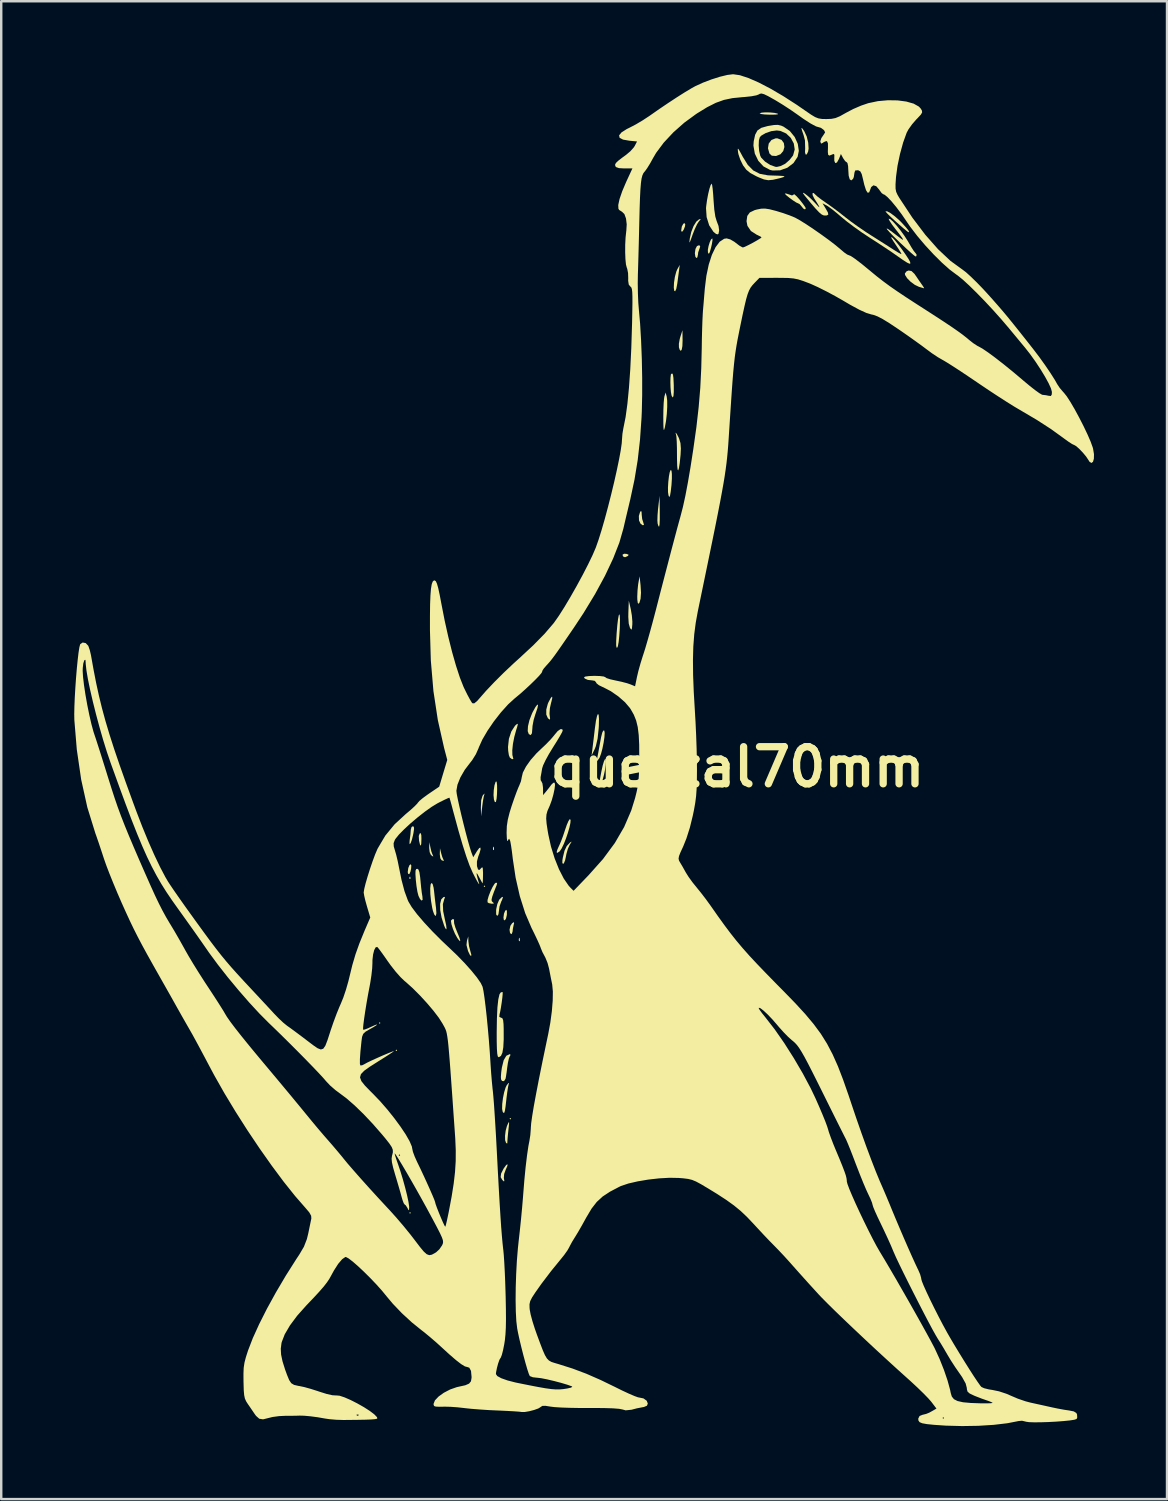
<source format=kicad_pcb>
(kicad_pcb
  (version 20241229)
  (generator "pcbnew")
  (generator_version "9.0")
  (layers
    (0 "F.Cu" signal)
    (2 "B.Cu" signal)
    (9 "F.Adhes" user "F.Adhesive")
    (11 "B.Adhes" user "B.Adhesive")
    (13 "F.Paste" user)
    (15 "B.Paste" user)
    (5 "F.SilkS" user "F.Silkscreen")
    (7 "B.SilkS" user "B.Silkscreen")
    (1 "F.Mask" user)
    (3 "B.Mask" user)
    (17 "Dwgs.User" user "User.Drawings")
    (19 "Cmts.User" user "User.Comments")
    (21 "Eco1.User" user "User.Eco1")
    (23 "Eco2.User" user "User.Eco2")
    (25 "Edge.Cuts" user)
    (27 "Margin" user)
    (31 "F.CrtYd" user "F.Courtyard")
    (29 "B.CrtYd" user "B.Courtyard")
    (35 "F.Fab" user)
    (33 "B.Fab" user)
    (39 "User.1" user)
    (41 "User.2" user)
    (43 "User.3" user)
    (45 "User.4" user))
  (footprint "quetzal70mm"
    (layer "F.Cu")
    (at 27.243 28.458)
    (property "Reference" "quetzal70mm" (at 0 0 0) (layer "F.SilkS") (effects (font (size 1.524 1.524) (thickness 0.3))))
    (attr board_only exclude_from_pos_files exclude_from_bom)
    (fp_poly (pts (xy -14.666 10.516) (xy -14.697 10.547) (xy -14.728 10.516) (xy -14.697 10.485)) (stroke (width 0) (type solid)) (fill yes) (layer "F.SilkS"))
    (fp_poly (pts (xy -13.979 11.639) (xy -14.011 11.67) (xy -14.042 11.639) (xy -14.011 11.608)) (stroke (width 0) (type solid)) (fill yes) (layer "F.SilkS"))
    (fp_poly (pts (xy -13.418 18.317) (xy -13.449 18.348) (xy -13.48 18.317) (xy -13.449 18.286)) (stroke (width 0) (type solid)) (fill yes) (layer "F.SilkS"))
    (fp_poly (pts (xy -10.36 4.899) (xy -10.391 4.93) (xy -10.422 4.899) (xy -10.391 4.868)) (stroke (width 0) (type solid)) (fill yes) (layer "F.SilkS"))
    (fp_poly (pts (xy -9.299 14.447) (xy -9.33 14.479) (xy -9.361 14.447) (xy -9.33 14.416)) (stroke (width 0) (type solid)) (fill yes) (layer "F.SilkS"))
    (fp_poly (pts (xy -13.438 4.514) (xy -13.431 4.588) (xy -13.438 4.597) (xy -13.476 4.589) (xy -13.48 4.556) (xy -13.457 4.504)) (stroke (width 0) (type solid)) (fill yes) (layer "F.SilkS"))
    (fp_poly (pts (xy -10.005 3.296) (xy -9.998 3.393) (xy -10.01 3.416) (xy -10.038 3.397) (xy -10.043 3.334) (xy -10.027 3.267)) (stroke (width 0) (type solid)) (fill yes) (layer "F.SilkS"))
    (fp_poly (pts (xy -8.944 7.04) (xy -8.937 7.138) (xy -8.949 7.16) (xy -8.977 7.141) (xy -8.982 7.078) (xy -8.967 7.011)) (stroke (width 0) (type solid)) (fill yes) (layer "F.SilkS"))
    (fp_poly (pts (xy -4.55 -8.754) (xy -4.467 -8.717) (xy -4.499 -8.67) (xy -4.504 -8.667) (xy -4.619 -8.616) (xy -4.699 -8.651) (xy -4.7 -8.652) (xy -4.721 -8.722) (xy -4.652 -8.761)) (stroke (width 0) (type solid)) (fill yes) (layer "F.SilkS"))
    (fp_poly (pts (xy -2.143 -22.292) (xy -2.156 -22.202) (xy -2.212 -22.064) (xy -2.268 -21.991) (xy -2.304 -22.004) (xy -2.309 -22.044) (xy -2.284 -22.204) (xy -2.224 -22.316) (xy -2.173 -22.342)) (stroke (width 0) (type solid)) (fill yes) (layer "F.SilkS"))
    (fp_poly (pts (xy -13.397 4.045) (xy -13.403 4.162) (xy -13.431 4.295) (xy -13.473 4.39) (xy -13.487 4.404) (xy -13.531 4.382) (xy -13.543 4.315) (xy -13.522 4.153) (xy -13.472 4.031) (xy -13.422 3.994)) (stroke (width 0) (type solid)) (fill yes) (layer "F.SilkS"))
    (fp_poly (pts (xy -12.985 2.806) (xy -12.981 2.952) (xy -12.988 3.153) (xy -13.008 3.233) (xy -13.039 3.192) (xy -13.078 3.029) (xy -13.079 3.022) (xy -13.09 2.834) (xy -13.051 2.729) (xy -13.007 2.718)) (stroke (width 0) (type solid)) (fill yes) (layer "F.SilkS"))
    (fp_poly (pts (xy -12.173 3.531) (xy -12.127 3.691) (xy -12.082 3.797) (xy -12.053 3.856) (xy -12.1 3.849) (xy -12.154 3.828) (xy -12.205 3.749) (xy -12.226 3.593) (xy -12.226 3.568) (xy -12.219 3.339)) (stroke (width 0) (type solid)) (fill yes) (layer "F.SilkS"))
    (fp_poly (pts (xy -11.052 7.152) (xy -11.026 7.356) (xy -10.977 7.545) (xy -10.931 7.712) (xy -10.94 7.771) (xy -10.99 7.72) (xy -11.066 7.561) (xy -11.13 7.313) (xy -11.111 7.137) (xy -11.057 6.958)) (stroke (width 0) (type solid)) (fill yes) (layer "F.SilkS"))
    (fp_poly (pts (xy -10.392 1.111) (xy -10.42 1.211) (xy -10.453 1.395) (xy -10.482 1.61) (xy -10.531 2.028) (xy -10.539 1.65) (xy -10.527 1.369) (xy -10.474 1.189) (xy -10.449 1.151) (xy -10.391 1.089)) (stroke (width 0) (type solid)) (fill yes) (layer "F.SilkS"))
    (fp_poly (pts (xy -9.47 5.921) (xy -9.471 6.054) (xy -9.474 6.085) (xy -9.508 6.23) (xy -9.556 6.3) (xy -9.597 6.281) (xy -9.611 6.183) (xy -9.59 6.026) (xy -9.541 5.905) (xy -9.492 5.866)) (stroke (width 0) (type solid)) (fill yes) (layer "F.SilkS"))
    (fp_poly (pts (xy -2.253 -17.521) (xy -2.261 -17.293) (xy -2.288 -17.147) (xy -2.327 -17.093) (xy -2.373 -17.144) (xy -2.403 -17.24) (xy -2.405 -17.384) (xy -2.371 -17.581) (xy -2.348 -17.661) (xy -2.259 -17.942)) (stroke (width 0) (type solid)) (fill yes) (layer "F.SilkS"))
    (fp_poly (pts (xy -12.611 3.31) (xy -12.57 3.479) (xy -12.525 3.599) (xy -12.521 3.606) (xy -12.493 3.676) (xy -12.54 3.657) (xy -12.594 3.607) (xy -12.643 3.498) (xy -12.662 3.33) (xy -12.662 3.311) (xy -12.654 3.089)) (stroke (width 0) (type solid)) (fill yes) (layer "F.SilkS"))
    (fp_poly (pts (xy -9.175 6.415) (xy -9.193 6.49) (xy -9.226 6.655) (xy -9.236 6.756) (xy -9.266 6.848) (xy -9.299 6.865) (xy -9.343 6.811) (xy -9.361 6.685) (xy -9.327 6.524) (xy -9.257 6.42) (xy -9.185 6.371)) (stroke (width 0) (type solid)) (fill yes) (layer "F.SilkS"))
    (fp_poly (pts (xy -3.191 -10.5) (xy -3.19 -10.17) (xy -3.199 -9.962) (xy -3.218 -9.871) (xy -3.246 -9.897) (xy -3.278 -10.001) (xy -3.288 -10.128) (xy -3.282 -10.338) (xy -3.262 -10.59) (xy -3.256 -10.641) (xy -3.199 -11.14)) (stroke (width 0) (type solid)) (fill yes) (layer "F.SilkS"))
    (fp_poly (pts (xy -4.38 -6.478) (xy -4.337 -6.225) (xy -4.316 -5.972) (xy -4.318 -5.854) (xy -4.333 -5.693) (xy -4.353 -5.641) (xy -4.392 -5.682) (xy -4.418 -5.727) (xy -4.465 -5.893) (xy -4.483 -6.166) (xy -4.48 -6.351) (xy -4.462 -6.834)) (stroke (width 0) (type solid)) (fill yes) (layer "F.SilkS"))
    (fp_poly (pts (xy -3.979 -7.464) (xy -3.961 -7.16) (xy -3.978 -6.914) (xy -4.025 -6.751) (xy -4.065 -6.704) (xy -4.094 -6.74) (xy -4.112 -6.87) (xy -4.115 -7.002) (xy -4.104 -7.251) (xy -4.079 -7.497) (xy -4.065 -7.583) (xy -4.019 -7.832)) (stroke (width 0) (type solid)) (fill yes) (layer "F.SilkS"))
    (fp_poly (pts (xy -3.935 -10.45) (xy -3.933 -10.371) (xy -3.913 -10.187) (xy -3.867 -10.044) (xy -3.839 -9.945) (xy -3.889 -9.93) (xy -3.982 -9.998) (xy -4.043 -10.131) (xy -4.049 -10.312) (xy -3.999 -10.476) (xy -3.994 -10.485) (xy -3.953 -10.52)) (stroke (width 0) (type solid)) (fill yes) (layer "F.SilkS"))
    (fp_poly (pts (xy -9.451 16.389) (xy -9.518 16.54) (xy -9.582 16.718) (xy -9.596 16.879) (xy -9.594 16.889) (xy -9.575 17.009) (xy -9.595 17.023) (xy -9.661 16.962) (xy -9.727 16.847) (xy -9.708 16.699) (xy -9.604 16.495) (xy -9.5 16.35) (xy -9.445 16.317)) (stroke (width 0) (type solid)) (fill yes) (layer "F.SilkS"))
    (fp_poly (pts (xy -2.398 -20.407) (xy -2.424 -20.212) (xy -2.456 -19.969) (xy -2.47 -19.861) (xy -2.512 -19.641) (xy -2.558 -19.542) (xy -2.595 -19.56) (xy -2.614 -19.692) (xy -2.605 -19.899) (xy -2.569 -20.135) (xy -2.512 -20.348) (xy -2.471 -20.445) (xy -2.37 -20.626)) (stroke (width 0) (type solid)) (fill yes) (layer "F.SilkS"))
    (fp_poly (pts (xy -1.529 -21.382) (xy -1.563 -21.278) (xy -1.611 -21.143) (xy -1.622 -21.047) (xy -1.646 -20.937) (xy -1.685 -20.907) (xy -1.727 -20.961) (xy -1.747 -21.095) (xy -1.747 -21.117) (xy -1.723 -21.283) (xy -1.663 -21.398) (xy -1.659 -21.401) (xy -1.568 -21.437)) (stroke (width 0) (type solid)) (fill yes) (layer "F.SilkS"))
    (fp_poly (pts (xy -1.028 -21.706) (xy -1.025 -21.633) (xy -1.05 -21.478) (xy -1.082 -21.338) (xy -1.134 -21.156) (xy -1.17 -21.084) (xy -1.2 -21.108) (xy -1.211 -21.137) (xy -1.215 -21.246) (xy -1.187 -21.397) (xy -1.14 -21.551) (xy -1.086 -21.668) (xy -1.037 -21.711)) (stroke (width 0) (type solid)) (fill yes) (layer "F.SilkS"))
    (fp_poly (pts (xy 1.342 -26.888) (xy 1.527 -26.87) (xy 1.654 -26.84) (xy 1.668 -26.815) (xy 1.567 -26.8) (xy 1.359 -26.797) (xy 1.332 -26.797) (xy 1.119 -26.806) (xy 0.97 -26.825) (xy 0.914 -26.848) (xy 0.915 -26.851) (xy 0.992 -26.88) (xy 1.149 -26.892)) (stroke (width 0) (type solid)) (fill yes) (layer "F.SilkS"))
    (fp_poly (pts (xy -13.292 2.457) (xy -13.284 2.544) (xy -13.31 2.72) (xy -13.321 2.773) (xy -13.369 2.975) (xy -13.417 3.112) (xy -13.455 3.17) (xy -13.473 3.137) (xy -13.464 3.001) (xy -13.458 2.964) (xy -13.432 2.765) (xy -13.419 2.597) (xy -13.418 2.574) (xy -13.387 2.465) (xy -13.335 2.434)) (stroke (width 0) (type solid)) (fill yes) (layer "F.SilkS"))
    (fp_poly (pts (xy -9.888 0.624) (xy -9.874 0.75) (xy -9.871 0.928) (xy -9.878 1.124) (xy -9.893 1.3) (xy -9.917 1.42) (xy -9.927 1.442) (xy -9.965 1.438) (xy -10.002 1.337) (xy -10.003 1.329) (xy -10.019 1.153) (xy -10.009 0.948) (xy -9.981 0.755) (xy -9.938 0.62) (xy -9.912 0.586)) (stroke (width 0) (type solid)) (fill yes) (layer "F.SilkS"))
    (fp_poly (pts (xy -9.632 5.347) (xy -9.667 5.456) (xy -9.703 5.529) (xy -9.773 5.729) (xy -9.798 5.913) (xy -9.817 6.051) (xy -9.863 6.115) (xy -9.869 6.116) (xy -9.911 6.057) (xy -9.912 5.883) (xy -9.907 5.833) (xy -9.863 5.63) (xy -9.792 5.464) (xy -9.764 5.427) (xy -9.665 5.335)) (stroke (width 0) (type solid)) (fill yes) (layer "F.SilkS"))
    (fp_poly (pts (xy -6.822 3.087) (xy -6.89 3.194) (xy -6.966 3.362) (xy -7.027 3.58) (xy -7.041 3.657) (xy -7.079 3.835) (xy -7.129 3.953) (xy -7.154 3.976) (xy -7.192 3.952) (xy -7.19 3.831) (xy -7.171 3.715) (xy -7.103 3.437) (xy -7.012 3.247) (xy -6.889 3.115) (xy -6.821 3.064)) (stroke (width 0) (type solid)) (fill yes) (layer "F.SilkS"))
    (fp_poly (pts (xy 1.643 -25.825) (xy 1.812 -25.761) (xy 1.907 -25.632) (xy 1.929 -25.469) (xy 1.883 -25.305) (xy 1.77 -25.172) (xy 1.594 -25.102) (xy 1.578 -25.1) (xy 1.413 -25.112) (xy 1.318 -25.199) (xy 1.315 -25.205) (xy 1.254 -25.417) (xy 1.286 -25.611) (xy 1.397 -25.757) (xy 1.569 -25.825)) (stroke (width 0) (type solid)) (fill yes) (layer "F.SilkS"))
    (fp_poly (pts (xy 2.656 -26.243) (xy 2.734 -26.136) (xy 2.745 -26.119) (xy 2.845 -25.904) (xy 2.908 -25.647) (xy 2.924 -25.404) (xy 2.904 -25.281) (xy 2.848 -25.165) (xy 2.801 -25.16) (xy 2.776 -25.252) (xy 2.783 -25.416) (xy 2.774 -25.742) (xy 2.719 -25.954) (xy 2.649 -26.158) (xy 2.628 -26.253)) (stroke (width 0) (type solid)) (fill yes) (layer "F.SilkS"))
    (fp_poly (pts (xy -12.032 5.404) (xy -12.043 5.427) (xy -12.1 5.634) (xy -12.088 5.923) (xy -12.014 6.28) (xy -11.966 6.493) (xy -11.95 6.628) (xy -11.964 6.671) (xy -12.007 6.612) (xy -12.048 6.515) (xy -12.153 6.186) (xy -12.208 5.882) (xy -12.213 5.625) (xy -12.167 5.438) (xy -12.075 5.344) (xy -12.012 5.335)) (stroke (width 0) (type solid)) (fill yes) (layer "F.SilkS"))
    (fp_poly (pts (xy -11.64 6.268) (xy -11.644 6.325) (xy -11.637 6.423) (xy -11.587 6.594) (xy -11.517 6.772) (xy -11.426 6.993) (xy -11.386 7.123) (xy -11.399 7.156) (xy -11.464 7.085) (xy -11.51 7.018) (xy -11.605 6.846) (xy -11.688 6.648) (xy -11.747 6.462) (xy -11.767 6.329) (xy -11.76 6.297) (xy -11.69 6.242)) (stroke (width 0) (type solid)) (fill yes) (layer "F.SilkS"))
    (fp_poly (pts (xy -9.381 14.652) (xy -9.399 14.83) (xy -9.405 14.884) (xy -9.428 15.105) (xy -9.444 15.286) (xy -9.449 15.368) (xy -9.454 15.463) (xy -9.481 15.46) (xy -9.507 15.436) (xy -9.543 15.33) (xy -9.546 15.151) (xy -9.521 14.943) (xy -9.469 14.752) (xy -9.456 14.72) (xy -9.406 14.61) (xy -9.382 14.583)) (stroke (width 0) (type solid)) (fill yes) (layer "F.SilkS"))
    (fp_poly (pts (xy -7.605 -2.84) (xy -7.644 -2.672) (xy -7.655 -2.637) (xy -7.704 -2.415) (xy -7.72 -2.204) (xy -7.715 -2.137) (xy -7.696 -1.988) (xy -7.708 -1.944) (xy -7.763 -1.984) (xy -7.789 -2.01) (xy -7.852 -2.153) (xy -7.852 -2.362) (xy -7.789 -2.598) (xy -7.762 -2.66) (xy -7.669 -2.835) (xy -7.615 -2.894)) (stroke (width 0) (type solid)) (fill yes) (layer "F.SilkS"))
    (fp_poly (pts (xy -5.7 -2.14) (xy -5.687 -1.98) (xy -5.693 -1.697) (xy -5.699 -1.59) (xy -5.744 -1.166) (xy -5.817 -0.853) (xy -5.865 -0.731) (xy -5.992 -0.468) (xy -5.96 -0.718) (xy -5.939 -0.891) (xy -5.908 -1.146) (xy -5.873 -1.438) (xy -5.857 -1.576) (xy -5.812 -1.897) (xy -5.767 -2.099) (xy -5.729 -2.18)) (stroke (width 0) (type solid)) (fill yes) (layer "F.SilkS"))
    (fp_poly (pts (xy -4.833 -6.214) (xy -4.825 -6.038) (xy -4.832 -5.743) (xy -4.834 -5.683) (xy -4.854 -5.38) (xy -4.88 -5.131) (xy -4.911 -4.963) (xy -4.937 -4.903) (xy -4.967 -4.906) (xy -4.981 -4.996) (xy -4.98 -5.186) (xy -4.963 -5.486) (xy -4.934 -5.831) (xy -4.904 -6.08) (xy -4.875 -6.23) (xy -4.85 -6.276)) (stroke (width 0) (type solid)) (fill yes) (layer "F.SilkS"))
    (fp_poly (pts (xy -2.708 -12.171) (xy -2.693 -12.04) (xy -2.693 -11.835) (xy -2.709 -11.582) (xy -2.738 -11.327) (xy -2.767 -11.154) (xy -2.791 -11.091) (xy -2.819 -11.125) (xy -2.832 -11.161) (xy -2.852 -11.292) (xy -2.853 -11.491) (xy -2.839 -11.719) (xy -2.814 -11.939) (xy -2.781 -12.112) (xy -2.743 -12.202) (xy -2.74 -12.205)) (stroke (width 0) (type solid)) (fill yes) (layer "F.SilkS"))
    (fp_poly (pts (xy -2.648 -16.117) (xy -2.629 -15.978) (xy -2.617 -15.733) (xy -2.615 -15.678) (xy -2.614 -15.408) (xy -2.628 -15.239) (xy -2.656 -15.179) (xy -2.695 -15.233) (xy -2.709 -15.272) (xy -2.733 -15.405) (xy -2.748 -15.597) (xy -2.754 -15.809) (xy -2.749 -15.997) (xy -2.734 -16.121) (xy -2.723 -16.145) (xy -2.678 -16.167)) (stroke (width 0) (type solid)) (fill yes) (layer "F.SilkS"))
    (fp_poly (pts (xy -1.525 -22.48) (xy -1.584 -22.413) (xy -1.659 -22.294) (xy -1.752 -22.097) (xy -1.843 -21.867) (xy -1.843 -21.864) (xy -1.918 -21.654) (xy -1.959 -21.555) (xy -1.972 -21.558) (xy -1.963 -21.656) (xy -1.955 -21.718) (xy -1.896 -21.981) (xy -1.802 -22.221) (xy -1.689 -22.404) (xy -1.582 -22.493) (xy -1.511 -22.515)) (stroke (width 0) (type solid)) (fill yes) (layer "F.SilkS"))
    (fp_poly (pts (xy -12.521 4.805) (xy -12.481 4.957) (xy -12.462 5.1) (xy -12.432 5.376) (xy -12.398 5.666) (xy -12.382 5.788) (xy -12.366 6.007) (xy -12.388 6.108) (xy -12.406 6.116) (xy -12.454 6.06) (xy -12.507 5.917) (xy -12.538 5.788) (xy -12.587 5.493) (xy -12.615 5.216) (xy -12.62 4.984) (xy -12.603 4.824) (xy -12.568 4.763)) (stroke (width 0) (type solid)) (fill yes) (layer "F.SilkS"))
    (fp_poly (pts (xy -8.192 -2.548) (xy -8.214 -2.423) (xy -8.292 -2.191) (xy -8.298 -2.176) (xy -8.371 -1.934) (xy -8.417 -1.688) (xy -8.425 -1.576) (xy -8.442 -1.384) (xy -8.492 -1.311) (xy -8.571 -1.352) (xy -8.615 -1.475) (xy -8.604 -1.676) (xy -8.544 -1.926) (xy -8.44 -2.194) (xy -8.414 -2.25) (xy -8.296 -2.464) (xy -8.221 -2.563)) (stroke (width 0) (type solid)) (fill yes) (layer "F.SilkS"))
    (fp_poly (pts (xy -2.906 -15.218) (xy -2.885 -15.046) (xy -2.884 -14.794) (xy -2.901 -14.501) (xy -2.934 -14.21) (xy -2.979 -13.961) (xy -2.982 -13.948) (xy -3.009 -13.856) (xy -3.026 -13.844) (xy -3.037 -13.923) (xy -3.043 -14.103) (xy -3.045 -14.385) (xy -3.041 -14.681) (xy -3.03 -14.945) (xy -3.013 -15.143) (xy -2.998 -15.228) (xy -2.951 -15.384)) (stroke (width 0) (type solid)) (fill yes) (layer "F.SilkS"))
    (fp_poly (pts (xy 6.159 -22.824) (xy 6.298 -22.747) (xy 6.474 -22.615) (xy 6.664 -22.446) (xy 6.758 -22.35) (xy 6.933 -22.157) (xy 7.027 -22.038) (xy 7.05 -21.979) (xy 7.024 -21.968) (xy 6.969 -22.006) (xy 6.842 -22.111) (xy 6.665 -22.265) (xy 6.528 -22.386) (xy 6.334 -22.563) (xy 6.183 -22.708) (xy 6.096 -22.802) (xy 6.082 -22.828)) (stroke (width 0) (type solid)) (fill yes) (layer "F.SilkS"))
    (fp_poly (pts (xy -9.385 12.986) (xy -9.393 13.012) (xy -9.42 13.13) (xy -9.452 13.335) (xy -9.485 13.586) (xy -9.493 13.662) (xy -9.525 13.945) (xy -9.552 14.12) (xy -9.578 14.202) (xy -9.609 14.209) (xy -9.642 14.167) (xy -9.667 14.044) (xy -9.662 13.842) (xy -9.632 13.601) (xy -9.583 13.361) (xy -9.521 13.162) (xy -9.474 13.068) (xy -9.402 12.978)) (stroke (width 0) (type solid)) (fill yes) (layer "F.SilkS"))
    (fp_poly (pts (xy -9.322 11.832) (xy -9.348 11.873) (xy -9.389 11.974) (xy -9.429 12.156) (xy -9.454 12.326) (xy -9.482 12.546) (xy -9.51 12.727) (xy -9.527 12.809) (xy -9.589 12.906) (xy -9.669 12.897) (xy -9.709 12.835) (xy -9.717 12.732) (xy -9.704 12.549) (xy -9.677 12.351) (xy -9.602 12.046) (xy -9.493 11.861) (xy -9.351 11.795) (xy -9.342 11.795)) (stroke (width 0) (type solid)) (fill yes) (layer "F.SilkS"))
    (fp_poly (pts (xy -5.409 -0.322) (xy -5.402 -0.212) (xy -5.411 -0.083) (xy -5.439 0.114) (xy -5.482 0.32) (xy -5.534 0.515) (xy -5.587 0.676) (xy -5.633 0.78) (xy -5.666 0.807) (xy -5.679 0.734) (xy -5.679 0.733) (xy -5.668 0.637) (xy -5.639 0.455) (xy -5.597 0.226) (xy -5.591 0.196) (xy -5.536 -0.058) (xy -5.483 -0.236) (xy -5.438 -0.327)) (stroke (width 0) (type solid)) (fill yes) (layer "F.SilkS"))
    (fp_poly (pts (xy 7.151 -20.373) (xy 7.272 -20.258) (xy 7.329 -20.177) (xy 7.452 -19.996) (xy 7.564 -19.835) (xy 7.59 -19.799) (xy 7.656 -19.7) (xy 7.668 -19.664) (xy 7.598 -19.684) (xy 7.462 -19.724) (xy 7.458 -19.725) (xy 7.288 -19.806) (xy 7.116 -19.933) (xy 6.972 -20.078) (xy 6.887 -20.211) (xy 6.878 -20.273) (xy 6.948 -20.363) (xy 7.034 -20.396)) (stroke (width 0) (type solid)) (fill yes) (layer "F.SilkS"))
    (fp_poly (pts (xy -13.103 4.213) (xy -13.064 4.32) (xy -13.034 4.522) (xy -13.02 4.665) (xy -12.995 4.923) (xy -12.968 5.153) (xy -12.943 5.31) (xy -12.941 5.32) (xy -12.932 5.454) (xy -12.972 5.488) (xy -13.038 5.426) (xy -13.104 5.289) (xy -13.146 5.123) (xy -13.185 4.884) (xy -13.212 4.634) (xy -13.227 4.396) (xy -13.223 4.257) (xy -13.196 4.194) (xy -13.155 4.181)) (stroke (width 0) (type solid)) (fill yes) (layer "F.SilkS"))
    (fp_poly (pts (xy -9.87 4.76) (xy -9.888 4.844) (xy -10.001 5.127) (xy -10.069 5.317) (xy -10.099 5.436) (xy -10.095 5.505) (xy -10.061 5.547) (xy -10.047 5.556) (xy -9.999 5.601) (xy -10.063 5.615) (xy -10.091 5.616) (xy -10.216 5.592) (xy -10.265 5.556) (xy -10.265 5.463) (xy -10.219 5.301) (xy -10.145 5.11) (xy -10.059 4.929) (xy -9.976 4.797) (xy -9.929 4.755)) (stroke (width 0) (type solid)) (fill yes) (layer "F.SilkS"))
    (fp_poly (pts (xy -9.022 -1.748) (xy -9.052 -1.632) (xy -9.088 -1.52) (xy -9.166 -1.236) (xy -9.222 -0.947) (xy -9.249 -0.688) (xy -9.245 -0.493) (xy -9.226 -0.421) (xy -9.205 -0.33) (xy -9.259 -0.321) (xy -9.349 -0.387) (xy -9.389 -0.487) (xy -9.417 -0.667) (xy -9.424 -0.826) (xy -9.387 -1.162) (xy -9.286 -1.464) (xy -9.136 -1.695) (xy -9.086 -1.743) (xy -9.033 -1.778)) (stroke (width 0) (type solid)) (fill yes) (layer "F.SilkS"))
    (fp_poly (pts (xy -5.47 -1.494) (xy -5.469 -1.493) (xy -5.453 -1.401) (xy -5.464 -1.224) (xy -5.497 -0.999) (xy -5.545 -0.761) (xy -5.602 -0.546) (xy -5.661 -0.388) (xy -5.68 -0.354) (xy -5.757 -0.253) (xy -5.784 -0.251) (xy -5.779 -0.281) (xy -5.753 -0.399) (xy -5.714 -0.602) (xy -5.669 -0.851) (xy -5.656 -0.924) (xy -5.6 -1.225) (xy -5.553 -1.412) (xy -5.511 -1.498)) (stroke (width 0) (type solid)) (fill yes) (layer "F.SilkS"))
    (fp_poly (pts (xy -2.489 -13.678) (xy -2.422 -13.549) (xy -2.398 -13.496) (xy -2.34 -13.306) (xy -2.323 -13.079) (xy -2.336 -12.825) (xy -2.37 -12.489) (xy -2.403 -12.275) (xy -2.433 -12.185) (xy -2.457 -12.217) (xy -2.474 -12.374) (xy -2.482 -12.654) (xy -2.483 -12.802) (xy -2.485 -13.107) (xy -2.493 -13.369) (xy -2.506 -13.561) (xy -2.521 -13.657) (xy -2.523 -13.66) (xy -2.542 -13.723) (xy -2.532 -13.73)) (stroke (width 0) (type solid)) (fill yes) (layer "F.SilkS"))
    (fp_poly (pts (xy -6.853 2.174) (xy -6.861 2.297) (xy -6.901 2.484) (xy -6.966 2.709) (xy -7.046 2.945) (xy -7.134 3.166) (xy -7.222 3.347) (xy -7.3 3.462) (xy -7.308 3.469) (xy -7.399 3.529) (xy -7.427 3.501) (xy -7.399 3.399) (xy -7.333 3.248) (xy -7.322 3.227) (xy -7.25 3.064) (xy -7.163 2.832) (xy -7.084 2.594) (xy -7.01 2.379) (xy -6.94 2.217) (xy -6.888 2.141) (xy -6.885 2.139)) (stroke (width 0) (type solid)) (fill yes) (layer "F.SilkS"))
    (fp_poly (pts (xy 2.011 -23.556) (xy 2.185 -23.499) (xy 2.231 -23.481) (xy 2.301 -23.498) (xy 2.309 -23.528) (xy 2.344 -23.524) (xy 2.436 -23.44) (xy 2.559 -23.302) (xy 2.689 -23.137) (xy 2.779 -23.009) (xy 2.808 -22.952) (xy 2.777 -22.903) (xy 2.704 -22.943) (xy 2.636 -23.029) (xy 2.551 -23.126) (xy 2.496 -23.153) (xy 2.417 -23.189) (xy 2.275 -23.281) (xy 2.138 -23.381) (xy 1.991 -23.5) (xy 1.947 -23.558)) (stroke (width 0) (type solid)) (fill yes) (layer "F.SilkS"))
    (fp_poly (pts (xy -1.039 -23.906) (xy -1.017 -23.749) (xy -0.996 -23.517) (xy -0.981 -23.284) (xy -0.951 -22.9) (xy -0.907 -22.607) (xy -0.851 -22.421) (xy -0.847 -22.413) (xy -0.776 -22.223) (xy -0.751 -22.042) (xy -0.775 -21.911) (xy -0.802 -21.88) (xy -0.877 -21.897) (xy -0.984 -21.984) (xy -0.987 -21.987) (xy -1.161 -22.252) (xy -1.265 -22.588) (xy -1.29 -22.953) (xy -1.284 -23.029) (xy -1.249 -23.286) (xy -1.202 -23.538) (xy -1.15 -23.754) (xy -1.1 -23.906) (xy -1.059 -23.965) (xy -1.058 -23.965)) (stroke (width 0) (type solid)) (fill yes) (layer "F.SilkS"))
    (fp_poly (pts (xy 0.064 -25.352) (xy 0.146 -25.205) (xy 0.216 -25.073) (xy 0.425 -24.735) (xy 0.65 -24.506) (xy 0.917 -24.368) (xy 1.249 -24.306) (xy 1.4 -24.299) (xy 1.693 -24.29) (xy 1.869 -24.279) (xy 1.936 -24.262) (xy 1.903 -24.236) (xy 1.778 -24.198) (xy 1.716 -24.182) (xy 1.458 -24.122) (xy 1.268 -24.105) (xy 1.093 -24.136) (xy 0.882 -24.219) (xy 0.77 -24.271) (xy 0.527 -24.402) (xy 0.362 -24.538) (xy 0.232 -24.715) (xy 0.221 -24.735) (xy 0.116 -24.951) (xy 0.041 -25.173) (xy 0.025 -25.255) (xy 0.014 -25.367) (xy 0.023 -25.403)) (stroke (width 0) (type solid)) (fill yes) (layer "F.SilkS"))
    (fp_poly (pts (xy -9.646 9.246) (xy -9.643 9.316) (xy -9.657 9.471) (xy -9.683 9.673) (xy -9.715 9.883) (xy -9.748 10.064) (xy -9.771 10.157) (xy -9.781 10.266) (xy -9.712 10.297) (xy -9.712 10.297) (xy -9.658 10.319) (xy -9.625 10.399) (xy -9.608 10.562) (xy -9.602 10.75) (xy -9.601 11.188) (xy -9.618 11.514) (xy -9.655 11.737) (xy -9.714 11.868) (xy -9.797 11.919) (xy -9.816 11.92) (xy -9.846 11.885) (xy -9.867 11.774) (xy -9.881 11.573) (xy -9.888 11.27) (xy -9.889 10.906) (xy -9.88 10.328) (xy -9.859 9.874) (xy -9.823 9.544) (xy -9.775 9.338) (xy -9.724 9.261) (xy -9.654 9.241)) (stroke (width 0) (type solid)) (fill yes) (layer "F.SilkS"))
    (fp_poly (pts (xy 6.278 -22.506) (xy 6.391 -22.405) (xy 6.538 -22.243) (xy 6.7 -22.041) (xy 6.859 -21.822) (xy 6.998 -21.606) (xy 7.027 -21.556) (xy 7.143 -21.356) (xy 7.242 -21.202) (xy 7.304 -21.124) (xy 7.307 -21.122) (xy 7.359 -21.052) (xy 7.35 -20.984) (xy 7.317 -20.972) (xy 7.257 -21.014) (xy 7.126 -21.126) (xy 6.942 -21.293) (xy 6.725 -21.497) (xy 6.693 -21.527) (xy 6.426 -21.787) (xy 6.243 -21.975) (xy 6.144 -22.09) (xy 6.133 -22.127) (xy 6.21 -22.086) (xy 6.378 -21.963) (xy 6.381 -21.961) (xy 6.585 -21.805) (xy 6.71 -21.711) (xy 6.774 -21.668) (xy 6.799 -21.66) (xy 6.802 -21.675) (xy 6.766 -21.737) (xy 6.669 -21.869) (xy 6.531 -22.047) (xy 6.49 -22.099) (xy 6.349 -22.284) (xy 6.252 -22.431) (xy 6.213 -22.515) (xy 6.216 -22.524)) (stroke (width 0) (type solid)) (fill yes) (layer "F.SilkS"))
    (fp_poly (pts (xy 1.797 -26.347) (xy 1.894 -26.305) (xy 2.152 -26.127) (xy 2.352 -25.881) (xy 2.48 -25.598) (xy 2.522 -25.308) (xy 2.472 -25.064) (xy 2.302 -24.808) (xy 2.053 -24.619) (xy 1.756 -24.512) (xy 1.448 -24.504) (xy 1.34 -24.528) (xy 1.072 -24.67) (xy 0.858 -24.902) (xy 0.715 -25.196) (xy 0.658 -25.522) (xy 0.658 -25.534) (xy 0.874 -25.534) (xy 0.892 -25.31) (xy 0.935 -25.118) (xy 0.975 -25.034) (xy 1.137 -24.867) (xy 1.348 -24.731) (xy 1.557 -24.657) (xy 1.619 -24.651) (xy 1.77 -24.686) (xy 1.946 -24.772) (xy 1.976 -24.792) (xy 2.143 -24.939) (xy 2.278 -25.112) (xy 2.288 -25.13) (xy 2.353 -25.368) (xy 2.315 -25.615) (xy 2.193 -25.842) (xy 2.005 -26.023) (xy 1.767 -26.13) (xy 1.615 -26.149) (xy 1.392 -26.12) (xy 1.167 -26.044) (xy 0.988 -25.942) (xy 0.921 -25.875) (xy 0.882 -25.739) (xy 0.874 -25.534) (xy 0.658 -25.534) (xy 0.669 -25.703) (xy 0.728 -25.973) (xy 0.822 -26.148) (xy 0.979 -26.256) (xy 1.227 -26.326) (xy 1.271 -26.335) (xy 1.505 -26.373) (xy 1.664 -26.378)) (stroke (width 0) (type solid)) (fill yes) (layer "F.SilkS"))
    (fp_poly (pts (xy 2.781 -23.545) (xy 2.894 -23.455) (xy 3.029 -23.334) (xy 3.168 -23.192) (xy 3.189 -23.17) (xy 3.311 -23.038) (xy 3.367 -22.991) (xy 3.354 -23.034) (xy 3.273 -23.171) (xy 3.153 -23.358) (xy 3.09 -23.489) (xy 3.084 -23.571) (xy 3.129 -23.581) (xy 3.199 -23.516) (xy 3.288 -23.434) (xy 3.448 -23.311) (xy 3.645 -23.173) (xy 3.651 -23.169) (xy 3.891 -23) (xy 4.168 -22.793) (xy 4.423 -22.591) (xy 4.435 -22.582) (xy 4.663 -22.406) (xy 4.955 -22.196) (xy 5.269 -21.982) (xy 5.487 -21.841) (xy 5.772 -21.661) (xy 6.053 -21.483) (xy 6.292 -21.33) (xy 6.434 -21.238) (xy 6.597 -21.138) (xy 6.708 -21.078) (xy 6.74 -21.071) (xy 6.708 -21.137) (xy 6.626 -21.269) (xy 6.563 -21.363) (xy 6.416 -21.584) (xy 6.335 -21.714) (xy 6.313 -21.768) (xy 6.344 -21.757) (xy 6.385 -21.726) (xy 6.475 -21.63) (xy 6.609 -21.463) (xy 6.762 -21.258) (xy 6.909 -21.05) (xy 7.027 -20.871) (xy 7.09 -20.755) (xy 7.091 -20.754) (xy 7.105 -20.686) (xy 7.069 -20.673) (xy 6.969 -20.72) (xy 6.793 -20.833) (xy 6.569 -20.99) (xy 6.331 -21.156) (xy 6.027 -21.359) (xy 5.7 -21.574) (xy 5.426 -21.749) (xy 5.111 -21.958) (xy 4.783 -22.191) (xy 4.486 -22.416) (xy 4.287 -22.58) (xy 4.07 -22.764) (xy 3.869 -22.925) (xy 3.714 -23.037) (xy 3.666 -23.066) (xy 3.495 -23.157) (xy 3.619 -22.952) (xy 3.714 -22.784) (xy 3.733 -22.694) (xy 3.676 -22.659) (xy 3.593 -22.654) (xy 3.524 -22.665) (xy 3.445 -22.708) (xy 3.345 -22.795) (xy 3.209 -22.94) (xy 3.024 -23.155) (xy 2.777 -23.455) (xy 2.749 -23.49) (xy 2.691 -23.575) (xy 2.707 -23.589)) (stroke (width 0) (type solid)) (fill yes) (layer "F.SilkS"))
    (fp_poly (pts (xy 0.101 -28.418) (xy 0.455 -28.302) (xy 0.879 -28.116) (xy 1.358 -27.867) (xy 1.882 -27.56) (xy 2.437 -27.203) (xy 2.79 -26.96) (xy 3.024 -26.799) (xy 3.192 -26.698) (xy 3.331 -26.644) (xy 3.475 -26.621) (xy 3.652 -26.617) (xy 3.86 -26.625) (xy 4.031 -26.659) (xy 4.21 -26.734) (xy 4.442 -26.863) (xy 4.47 -26.879) (xy 4.757 -27.03) (xy 5.082 -27.17) (xy 5.372 -27.269) (xy 5.771 -27.353) (xy 6.182 -27.39) (xy 6.579 -27.384) (xy 6.939 -27.336) (xy 7.24 -27.25) (xy 7.456 -27.128) (xy 7.532 -27.045) (xy 7.582 -26.958) (xy 7.586 -26.885) (xy 7.532 -26.796) (xy 7.406 -26.66) (xy 7.345 -26.598) (xy 7.173 -26.4) (xy 7.025 -26.191) (xy 6.952 -26.055) (xy 6.808 -25.655) (xy 6.679 -25.185) (xy 6.577 -24.702) (xy 6.517 -24.26) (xy 6.512 -24.205) (xy 6.495 -23.939) (xy 6.496 -23.76) (xy 6.521 -23.627) (xy 6.577 -23.503) (xy 6.653 -23.374) (xy 7.186 -22.567) (xy 7.717 -21.865) (xy 8.241 -21.271) (xy 8.754 -20.79) (xy 9.248 -20.431) (xy 9.39 -20.323) (xy 9.592 -20.14) (xy 9.833 -19.905) (xy 10.091 -19.638) (xy 10.246 -19.469) (xy 10.482 -19.207) (xy 10.691 -18.969) (xy 10.891 -18.738) (xy 11.095 -18.494) (xy 11.318 -18.219) (xy 11.577 -17.896) (xy 11.886 -17.506) (xy 12.156 -17.162) (xy 12.401 -16.84) (xy 12.644 -16.501) (xy 12.865 -16.175) (xy 13.043 -15.894) (xy 13.135 -15.73) (xy 13.238 -15.575) (xy 13.38 -15.407) (xy 13.407 -15.38) (xy 13.526 -15.231) (xy 13.68 -14.993) (xy 13.856 -14.692) (xy 14.04 -14.352) (xy 14.22 -14) (xy 14.382 -13.66) (xy 14.512 -13.359) (xy 14.597 -13.123) (xy 14.609 -13.078) (xy 14.647 -12.851) (xy 14.643 -12.665) (xy 14.607 -12.539) (xy 14.545 -12.49) (xy 14.466 -12.536) (xy 14.411 -12.622) (xy 14.323 -12.754) (xy 14.192 -12.912) (xy 14.046 -13.065) (xy 13.915 -13.181) (xy 13.829 -13.231) (xy 13.826 -13.231) (xy 13.748 -13.267) (xy 13.602 -13.361) (xy 13.416 -13.495) (xy 13.386 -13.518) (xy 12.871 -13.889) (xy 12.285 -14.267) (xy 11.608 -14.666) (xy 11.373 -14.805) (xy 11.062 -14.999) (xy 10.701 -15.231) (xy 10.316 -15.484) (xy 9.933 -15.742) (xy 9.857 -15.794) (xy 9.503 -16.033) (xy 9.168 -16.257) (xy 8.869 -16.452) (xy 8.627 -16.605) (xy 8.46 -16.705) (xy 8.421 -16.726) (xy 8.228 -16.838) (xy 7.991 -16.996) (xy 7.77 -17.159) (xy 7.58 -17.302) (xy 7.317 -17.492) (xy 7.012 -17.709) (xy 6.695 -17.929) (xy 6.594 -17.998) (xy 6.241 -18.233) (xy 5.967 -18.401) (xy 5.755 -18.511) (xy 5.584 -18.574) (xy 5.502 -18.591) (xy 5.296 -18.653) (xy 5.005 -18.786) (xy 4.625 -18.992) (xy 4.369 -19.143) (xy 4.021 -19.342) (xy 3.655 -19.538) (xy 3.307 -19.712) (xy 3.016 -19.844) (xy 2.95 -19.871) (xy 2.693 -19.968) (xy 2.49 -20.032) (xy 2.302 -20.07) (xy 2.089 -20.089) (xy 1.81 -20.094) (xy 1.64 -20.095) (xy 0.905 -20.094) (xy 0.705 -19.888) (xy 0.615 -19.79) (xy 0.54 -19.691) (xy 0.477 -19.572) (xy 0.417 -19.418) (xy 0.357 -19.211) (xy 0.291 -18.933) (xy 0.211 -18.567) (xy 0.114 -18.098) (xy 0.055 -17.806) (xy 0.004 -17.547) (xy -0.039 -17.306) (xy -0.076 -17.07) (xy -0.11 -16.823) (xy -0.14 -16.551) (xy -0.17 -16.239) (xy -0.2 -15.871) (xy -0.232 -15.434) (xy -0.267 -14.913) (xy -0.308 -14.293) (xy -0.342 -13.767) (xy -0.361 -13.477) (xy -0.379 -13.214) (xy -0.399 -12.966) (xy -0.422 -12.725) (xy -0.449 -12.481) (xy -0.483 -12.224) (xy -0.524 -11.945) (xy -0.575 -11.635) (xy -0.638 -11.283) (xy -0.713 -10.88) (xy -0.803 -10.417) (xy -0.909 -9.884) (xy -1.034 -9.271) (xy -1.178 -8.57) (xy -1.343 -7.77) (xy -1.531 -6.861) (xy -1.627 -6.397) (xy -1.712 -5.93) (xy -1.774 -5.455) (xy -1.812 -4.952) (xy -1.827 -4.401) (xy -1.821 -3.784) (xy -1.794 -3.08) (xy -1.75 -2.34) (xy -1.721 -1.847) (xy -1.696 -1.309) (xy -1.677 -0.77) (xy -1.665 -0.272) (xy -1.662 0.125) (xy -1.666 0.561) (xy -1.677 0.908) (xy -1.698 1.2) (xy -1.733 1.473) (xy -1.784 1.76) (xy -1.833 1.997) (xy -1.953 2.486) (xy -2.094 2.931) (xy -2.229 3.267) (xy -2.339 3.505) (xy -2.4 3.66) (xy -2.418 3.763) (xy -2.4 3.844) (xy -2.356 3.922) (xy -2.259 4.085) (xy -2.147 4.285) (xy -2.118 4.337) (xy -2.005 4.517) (xy -1.845 4.738) (xy -1.69 4.93) (xy -1.505 5.158) (xy -1.294 5.432) (xy -1.103 5.696) (xy -1.093 5.71) (xy -0.798 6.131) (xy -0.534 6.497) (xy -0.288 6.825) (xy -0.045 7.132) (xy 0.209 7.434) (xy 0.487 7.748) (xy 0.805 8.089) (xy 1.177 8.476) (xy 1.615 8.924) (xy 1.893 9.205) (xy 2.377 9.703) (xy 2.786 10.148) (xy 3.131 10.56) (xy 3.426 10.959) (xy 3.681 11.367) (xy 3.911 11.805) (xy 4.128 12.292) (xy 4.343 12.85) (xy 4.57 13.499) (xy 4.678 13.823) (xy 4.881 14.424) (xy 5.091 15.026) (xy 5.3 15.608) (xy 5.502 16.147) (xy 5.686 16.62) (xy 5.845 17.006) (xy 5.9 17.131) (xy 5.996 17.351) (xy 6.12 17.642) (xy 6.253 17.96) (xy 6.335 18.161) (xy 6.488 18.53) (xy 6.659 18.934) (xy 6.836 19.347) (xy 7.01 19.746) (xy 7.17 20.106) (xy 7.306 20.405) (xy 7.406 20.617) (xy 7.423 20.65) (xy 7.503 20.834) (xy 7.548 20.991) (xy 7.551 21.03) (xy 7.579 21.129) (xy 7.656 21.319) (xy 7.773 21.578) (xy 7.919 21.887) (xy 8.086 22.226) (xy 8.262 22.573) (xy 8.439 22.911) (xy 8.606 23.217) (xy 8.694 23.372) (xy 8.893 23.711) (xy 9.107 24.064) (xy 9.322 24.413) (xy 9.527 24.739) (xy 9.712 25.027) (xy 9.865 25.256) (xy 9.975 25.411) (xy 10.024 25.468) (xy 10.137 25.52) (xy 10.327 25.567) (xy 10.482 25.592) (xy 10.746 25.647) (xy 11.044 25.745) (xy 11.241 25.83) (xy 11.521 25.949) (xy 11.833 26.056) (xy 12.045 26.112) (xy 12.333 26.175) (xy 12.66 26.247) (xy 12.887 26.298) (xy 13.159 26.355) (xy 13.43 26.405) (xy 13.617 26.432) (xy 13.815 26.471) (xy 13.92 26.535) (xy 13.951 26.595) (xy 13.959 26.724) (xy 13.932 26.783) (xy 13.844 26.813) (xy 13.658 26.842) (xy 13.4 26.868) (xy 13.098 26.891) (xy 12.778 26.908) (xy 12.467 26.918) (xy 12.192 26.92) (xy 11.979 26.913) (xy 11.855 26.895) (xy 11.844 26.891) (xy 11.691 26.855) (xy 11.555 26.867) (xy 11.087 26.958) (xy 10.524 27.024) (xy 9.896 27.063) (xy 9.232 27.074) (xy 8.559 27.056) (xy 8.075 27.023) (xy 7.782 26.993) (xy 7.592 26.959) (xy 7.484 26.914) (xy 7.436 26.848) (xy 7.427 26.77) (xy 7.441 26.742) (xy 8.425 26.742) (xy 8.456 26.773) (xy 8.487 26.742) (xy 8.456 26.711) (xy 8.425 26.742) (xy 7.441 26.742) (xy 7.482 26.66) (xy 7.598 26.613) (xy 7.754 26.574) (xy 7.878 26.524) (xy 8.035 26.437) (xy 8.176 26.355) (xy 7.962 26.074) (xy 7.84 25.935) (xy 7.646 25.735) (xy 7.402 25.498) (xy 7.129 25.244) (xy 6.978 25.108) (xy 6.57 24.741) (xy 6.133 24.342) (xy 5.681 23.926) (xy 5.229 23.504) (xy 4.791 23.091) (xy 4.38 22.7) (xy 4.011 22.344) (xy 3.698 22.036) (xy 3.454 21.789) (xy 3.337 21.666) (xy 3.117 21.424) (xy 2.926 21.215) (xy 2.74 21.008) (xy 2.534 20.778) (xy 2.283 20.496) (xy 2.127 20.32) (xy 1.912 20.083) (xy 1.675 19.832) (xy 1.472 19.624) (xy 1.295 19.444) (xy 1.068 19.205) (xy 0.825 18.944) (xy 0.656 18.761) (xy 0.392 18.482) (xy 0.134 18.238) (xy -0.141 18.012) (xy -0.458 17.784) (xy -0.842 17.534) (xy -1.221 17.302) (xy -1.495 17.139) (xy -1.697 17.03) (xy -1.863 16.961) (xy -2.028 16.921) (xy -2.227 16.896) (xy -2.407 16.882) (xy -2.785 16.874) (xy -3.216 16.898) (xy -3.665 16.949) (xy -4.099 17.022) (xy -4.484 17.111) (xy -4.786 17.213) (xy -4.84 17.238) (xy -5.233 17.444) (xy -5.537 17.644) (xy -5.78 17.868) (xy -5.993 18.143) (xy -6.205 18.499) (xy -6.242 18.566) (xy -6.386 18.826) (xy -6.53 19.077) (xy -6.649 19.274) (xy -6.675 19.315) (xy -6.791 19.503) (xy -6.885 19.677) (xy -6.908 19.725) (xy -6.986 19.862) (xy -7.115 20.043) (xy -7.217 20.171) (xy -7.654 20.707) (xy -8.051 21.229) (xy -8.3 21.582) (xy -8.436 21.79) (xy -8.512 21.939) (xy -8.542 22.069) (xy -8.539 22.221) (xy -8.531 22.299) (xy -8.494 22.492) (xy -8.422 22.761) (xy -8.325 23.067) (xy -8.24 23.309) (xy -8.1 23.687) (xy -7.993 23.965) (xy -7.906 24.162) (xy -7.827 24.295) (xy -7.743 24.381) (xy -7.642 24.438) (xy -7.51 24.482) (xy -7.351 24.528) (xy -6.77 24.712) (xy -6.204 24.925) (xy -5.613 25.184) (xy -5.037 25.464) (xy -4.73 25.616) (xy -4.454 25.744) (xy -4.232 25.839) (xy -4.087 25.892) (xy -4.05 25.899) (xy -3.861 25.937) (xy -3.726 26.034) (xy -3.682 26.148) (xy -3.716 26.237) (xy -3.837 26.289) (xy -3.916 26.304) (xy -4.134 26.346) (xy -4.339 26.4) (xy -4.345 26.402) (xy -4.59 26.428) (xy -4.72 26.393) (xy -4.861 26.365) (xy -5.118 26.345) (xy -5.485 26.334) (xy -5.952 26.331) (xy -6.116 26.332) (xy -6.52 26.331) (xy -6.905 26.324) (xy -7.244 26.312) (xy -7.511 26.295) (xy -7.676 26.275) (xy -7.888 26.242) (xy -8.012 26.245) (xy -8.079 26.287) (xy -8.082 26.291) (xy -8.177 26.35) (xy -8.35 26.412) (xy -8.554 26.465) (xy -8.743 26.497) (xy -8.871 26.496) (xy -8.876 26.494) (xy -8.965 26.483) (xy -9.153 26.469) (xy -9.416 26.454) (xy -9.728 26.439) (xy -9.829 26.435) (xy -10.202 26.418) (xy -10.581 26.393) (xy -10.925 26.366) (xy -11.189 26.338) (xy -11.202 26.336) (xy -11.49 26.304) (xy -11.776 26.283) (xy -12.002 26.277) (xy -12.014 26.277) (xy -12.252 26.281) (xy -12.391 26.274) (xy -12.459 26.251) (xy -12.48 26.203) (xy -12.482 26.16) (xy -12.426 26.018) (xy -12.276 25.86) (xy -12.06 25.705) (xy -11.803 25.571) (xy -11.532 25.476) (xy -11.436 25.454) (xy -11.18 25.398) (xy -11.024 25.33) (xy -10.946 25.234) (xy -10.922 25.091) (xy -10.921 25.054) (xy -10.944 24.809) (xy -11.014 24.677) (xy -11.09 24.651) (xy -11.196 24.622) (xy -11.35 24.528) (xy -11.563 24.363) (xy -11.844 24.12) (xy -12.107 23.879) (xy -12.36 23.649) (xy -12.622 23.423) (xy -12.855 23.23) (xy -12.981 23.133) (xy -13.377 22.813) (xy -13.784 22.438) (xy -14.158 22.047) (xy -14.408 21.749) (xy -14.604 21.51) (xy -14.836 21.251) (xy -15.089 20.986) (xy -15.345 20.732) (xy -15.589 20.503) (xy -15.804 20.316) (xy -15.975 20.186) (xy -16.084 20.128) (xy -16.105 20.128) (xy -16.238 20.22) (xy -16.4 20.41) (xy -16.574 20.681) (xy -16.68 20.875) (xy -16.763 21.025) (xy -16.864 21.175) (xy -16.995 21.344) (xy -17.173 21.548) (xy -17.411 21.806) (xy -17.714 22.124) (xy -18.084 22.539) (xy -18.382 22.939) (xy -18.597 23.306) (xy -18.72 23.625) (xy -18.73 23.67) (xy -18.759 23.897) (xy -18.746 24.134) (xy -18.689 24.409) (xy -18.582 24.751) (xy -18.505 24.963) (xy -18.415 25.183) (xy -18.328 25.313) (xy -18.212 25.383) (xy -18.033 25.424) (xy -17.992 25.43) (xy -17.797 25.471) (xy -17.534 25.544) (xy -17.251 25.634) (xy -17.172 25.661) (xy -16.879 25.753) (xy -16.641 25.807) (xy -16.485 25.817) (xy -16.477 25.815) (xy -16.34 25.828) (xy -16.134 25.897) (xy -15.883 26.007) (xy -15.612 26.145) (xy -15.344 26.297) (xy -15.105 26.45) (xy -14.919 26.591) (xy -14.809 26.705) (xy -14.791 26.754) (xy -14.815 26.775) (xy -14.897 26.791) (xy -15.049 26.803) (xy -15.283 26.812) (xy -15.614 26.818) (xy -16.053 26.823) (xy -16.195 26.824) (xy -16.475 26.815) (xy -16.758 26.791) (xy -16.944 26.764) (xy -17.234 26.713) (xy -17.534 26.673) (xy -17.801 26.649) (xy -17.992 26.644) (xy -18.005 26.645) (xy -18.129 26.649) (xy -18.333 26.652) (xy -18.56 26.652) (xy -18.83 26.665) (xy -19.096 26.701) (xy -19.266 26.743) (xy -19.488 26.798) (xy -19.644 26.772) (xy -19.775 26.655) (xy -19.81 26.607) (xy -15.644 26.607) (xy -15.635 26.644) (xy -15.602 26.648) (xy -15.551 26.625) (xy -15.56 26.607) (xy -15.634 26.599) (xy -15.644 26.607) (xy -19.81 26.607) (xy -19.834 26.574) (xy -19.937 26.422) (xy -20.066 26.233) (xy -20.108 26.173) (xy -20.183 26.056) (xy -20.233 25.942) (xy -20.263 25.801) (xy -20.28 25.603) (xy -20.288 25.316) (xy -20.29 25.244) (xy -20.292 24.922) (xy -20.282 24.678) (xy -20.25 24.467) (xy -20.192 24.244) (xy -20.102 23.965) (xy -19.909 23.464) (xy -19.647 22.887) (xy -19.327 22.253) (xy -18.959 21.584) (xy -18.554 20.898) (xy -18.122 20.216) (xy -17.996 20.026) (xy -17.808 19.706) (xy -17.687 19.394) (xy -17.628 19.152) (xy -17.578 18.907) (xy -17.534 18.694) (xy -17.505 18.556) (xy -17.503 18.55) (xy -17.511 18.436) (xy -17.59 18.294) (xy -17.744 18.113) (xy -18.171 17.623) (xy -18.637 17.039) (xy -19.127 16.381) (xy -19.629 15.669) (xy -20.13 14.922) (xy -20.615 14.161) (xy -21.072 13.405) (xy -21.486 12.674) (xy -21.676 12.319) (xy -21.873 11.946) (xy -22.067 11.582) (xy -22.245 11.252) (xy -22.393 10.982) (xy -22.498 10.797) (xy -22.498 10.797) (xy -22.645 10.541) (xy -22.819 10.236) (xy -22.986 9.939) (xy -23.013 9.892) (xy -23.16 9.628) (xy -23.344 9.301) (xy -23.538 8.958) (xy -23.681 8.706) (xy -23.986 8.166) (xy -24.24 7.712) (xy -24.453 7.322) (xy -24.636 6.974) (xy -24.801 6.647) (xy -24.959 6.319) (xy -25.121 5.967) (xy -25.294 5.583) (xy -25.47 5.177) (xy -25.643 4.762) (xy -25.801 4.37) (xy -25.931 4.03) (xy -26.02 3.776) (xy -26.126 3.453) (xy -26.238 3.117) (xy -26.34 2.822) (xy -26.378 2.715) (xy -26.705 1.659) (xy -26.958 0.517) (xy -27.138 -0.717) (xy -27.239 -1.935) (xy -27.243 -2.17) (xy -27.237 -2.48) (xy -27.222 -2.843) (xy -27.199 -3.237) (xy -27.171 -3.641) (xy -27.145 -3.951) (xy -26.897 -3.951) (xy -26.882 -3.701) (xy -26.842 -3.362) (xy -26.782 -2.966) (xy -26.707 -2.545) (xy -26.623 -2.132) (xy -26.537 -1.758) (xy -26.454 -1.454) (xy -26.428 -1.373) (xy -26.361 -1.174) (xy -26.266 -0.88) (xy -26.15 -0.517) (xy -26.022 -0.11) (xy -25.889 0.317) (xy -25.84 0.475) (xy -25.707 0.898) (xy -25.582 1.282) (xy -25.457 1.645) (xy -25.324 2.007) (xy -25.175 2.389) (xy -25.003 2.81) (xy -24.8 3.29) (xy -24.559 3.849) (xy -24.345 4.337) (xy -24.119 4.848) (xy -23.93 5.265) (xy -23.765 5.61) (xy -23.615 5.904) (xy -23.469 6.17) (xy -23.316 6.429) (xy -23.278 6.49) (xy -23.112 6.767) (xy -22.922 7.097) (xy -22.74 7.421) (xy -22.686 7.52) (xy -22.544 7.769) (xy -22.353 8.088) (xy -22.131 8.445) (xy -21.899 8.808) (xy -21.768 9.007) (xy -21.562 9.32) (xy -21.375 9.608) (xy -21.22 9.852) (xy -21.109 10.029) (xy -21.063 10.11) (xy -20.975 10.257) (xy -20.834 10.46) (xy -20.636 10.723) (xy -20.375 11.054) (xy -20.046 11.46) (xy -19.644 11.946) (xy -19.257 12.408) (xy -18.941 12.785) (xy -18.623 13.167) (xy -18.321 13.53) (xy -18.052 13.856) (xy -17.834 14.121) (xy -17.724 14.256) (xy -17.486 14.546) (xy -17.225 14.859) (xy -16.978 15.148) (xy -16.848 15.297) (xy -16.636 15.54) (xy -16.423 15.791) (xy -16.244 16.006) (xy -16.193 16.07) (xy -16.015 16.287) (xy -15.765 16.576) (xy -15.461 16.921) (xy -15.118 17.303) (xy -14.751 17.705) (xy -14.377 18.109) (xy -14.284 18.208) (xy -14.016 18.506) (xy -13.717 18.856) (xy -13.43 19.209) (xy -13.253 19.439) (xy -13.041 19.717) (xy -12.885 19.905) (xy -12.765 20.013) (xy -12.661 20.053) (xy -12.555 20.034) (xy -12.429 19.967) (xy -12.374 19.932) (xy -12.245 19.813) (xy -12.138 19.658) (xy -12.105 19.589) (xy -12.091 19.522) (xy -12.1 19.438) (xy -12.14 19.322) (xy -12.217 19.154) (xy -12.338 18.917) (xy -12.509 18.594) (xy -12.583 18.457) (xy -12.772 18.107) (xy -12.976 17.737) (xy -13.187 17.361) (xy -13.394 16.997) (xy -13.59 16.658) (xy -13.765 16.361) (xy -13.91 16.121) (xy -14.016 15.954) (xy -14.022 15.945) (xy -13.917 15.945) (xy -13.886 15.976) (xy -13.855 15.945) (xy -13.886 15.914) (xy -13.917 15.945) (xy -14.022 15.945) (xy -14.074 15.874) (xy -14.081 15.87) (xy -14.07 15.933) (xy -14.024 16.082) (xy -13.953 16.287) (xy -13.942 16.318) (xy -13.842 16.614) (xy -13.741 16.946) (xy -13.648 17.284) (xy -13.569 17.601) (xy -13.513 17.866) (xy -13.486 18.051) (xy -13.484 18.09) (xy -13.491 18.203) (xy -13.513 18.199) (xy -13.556 18.114) (xy -13.624 18.007) (xy -13.669 17.973) (xy -13.709 17.919) (xy -13.761 17.779) (xy -13.791 17.677) (xy -13.843 17.486) (xy -13.92 17.22) (xy -14.008 16.921) (xy -14.056 16.762) (xy -14.143 16.459) (xy -14.192 16.244) (xy -14.206 16.091) (xy -14.19 15.969) (xy -14.182 15.943) (xy -14.154 15.828) (xy -14.157 15.726) (xy -14.201 15.613) (xy -14.298 15.467) (xy -14.459 15.263) (xy -14.592 15.103) (xy -14.976 14.663) (xy -15.362 14.254) (xy -15.732 13.896) (xy -16.066 13.606) (xy -16.286 13.442) (xy -16.516 13.271) (xy -16.733 13.082) (xy -16.889 12.917) (xy -16.89 12.916) (xy -17.01 12.777) (xy -17.204 12.567) (xy -17.458 12.301) (xy -17.569 12.187) (xy -15.509 12.187) (xy -15.492 12.258) (xy -15.42 12.255) (xy -15.308 12.198) (xy -15.201 12.14) (xy -15.022 12.054) (xy -14.8 11.953) (xy -14.567 11.85) (xy -14.353 11.76) (xy -14.19 11.695) (xy -14.109 11.67) (xy -14.108 11.67) (xy -14.146 11.701) (xy -14.271 11.785) (xy -14.466 11.911) (xy -14.711 12.065) (xy -14.762 12.097) (xy -15.098 12.31) (xy -15.332 12.477) (xy -15.466 12.617) (xy -15.504 12.752) (xy -15.449 12.902) (xy -15.303 13.086) (xy -15.071 13.325) (xy -14.968 13.427) (xy -14.668 13.74) (xy -14.371 14.082) (xy -14.091 14.433) (xy -13.838 14.777) (xy -13.626 15.095) (xy -13.468 15.372) (xy -13.375 15.588) (xy -13.356 15.692) (xy -13.33 15.808) (xy -13.26 15.997) (xy -13.16 16.221) (xy -13.142 16.257) (xy -13.016 16.517) (xy -12.881 16.806) (xy -12.746 17.101) (xy -12.622 17.378) (xy -12.519 17.614) (xy -12.448 17.786) (xy -12.419 17.871) (xy -12.419 17.873) (xy -12.398 17.956) (xy -12.342 18.112) (xy -12.265 18.308) (xy -12.18 18.515) (xy -12.099 18.701) (xy -12.035 18.836) (xy -12.002 18.887) (xy -12.001 18.886) (xy -11.978 18.818) (xy -11.939 18.655) (xy -11.89 18.426) (xy -11.859 18.277) (xy -11.741 17.651) (xy -11.656 17.115) (xy -11.601 16.638) (xy -11.573 16.191) (xy -11.571 15.744) (xy -11.591 15.266) (xy -11.602 15.105) (xy -11.66 14.285) (xy -11.709 13.581) (xy -11.752 12.982) (xy -11.788 12.479) (xy -11.82 12.062) (xy -11.848 11.723) (xy -11.872 11.451) (xy -11.895 11.238) (xy -11.918 11.073) (xy -11.94 10.947) (xy -11.964 10.851) (xy -11.991 10.776) (xy -12.021 10.711) (xy -12.055 10.648) (xy -12.095 10.576) (xy -12.117 10.537) (xy -12.265 10.304) (xy -12.485 10.015) (xy -12.753 9.699) (xy -13.047 9.379) (xy -13.343 9.083) (xy -13.618 8.836) (xy -13.678 8.787) (xy -13.838 8.634) (xy -14.036 8.411) (xy -14.239 8.153) (xy -14.356 7.99) (xy -14.518 7.758) (xy -14.657 7.565) (xy -14.757 7.435) (xy -14.798 7.391) (xy -14.862 7.409) (xy -14.922 7.524) (xy -14.968 7.707) (xy -14.993 7.931) (xy -14.994 8.051) (xy -15.004 8.27) (xy -15.036 8.561) (xy -15.084 8.872) (xy -15.105 8.987) (xy -15.171 9.332) (xy -15.233 9.684) (xy -15.288 10.023) (xy -15.333 10.326) (xy -15.365 10.57) (xy -15.379 10.733) (xy -15.375 10.793) (xy -15.31 10.784) (xy -15.17 10.73) (xy -15.07 10.684) (xy -14.884 10.6) (xy -14.803 10.575) (xy -14.825 10.605) (xy -14.949 10.685) (xy -15.099 10.769) (xy -15.277 10.873) (xy -15.373 10.964) (xy -15.419 11.085) (xy -15.443 11.257) (xy -15.486 11.682) (xy -15.508 11.993) (xy -15.509 12.187) (xy -17.569 12.187) (xy -17.756 11.994) (xy -18.083 11.663) (xy -18.424 11.322) (xy -18.763 10.987) (xy -19.085 10.674) (xy -19.25 10.516) (xy -19.63 10.134) (xy -20.053 9.676) (xy -20.495 9.169) (xy -20.933 8.641) (xy -21.342 8.12) (xy -21.699 7.636) (xy -21.78 7.519) (xy -22.007 7.192) (xy -22.28 6.803) (xy -22.572 6.393) (xy -22.853 5.999) (xy -22.98 5.823) (xy -23.229 5.472) (xy -23.456 5.136) (xy -23.666 4.802) (xy -23.864 4.458) (xy -24.057 4.093) (xy -24.25 3.696) (xy -24.448 3.252) (xy -24.657 2.752) (xy -24.882 2.183) (xy -25.128 1.533) (xy -25.402 0.789) (xy -25.709 -0.059) (xy -25.755 -0.187) (xy -25.904 -0.625) (xy -26.056 -1.114) (xy -26.205 -1.633) (xy -26.347 -2.161) (xy -26.477 -2.679) (xy -26.59 -3.167) (xy -26.68 -3.602) (xy -26.742 -3.966) (xy -26.772 -4.238) (xy -26.774 -4.296) (xy -26.783 -4.402) (xy -26.816 -4.396) (xy -26.835 -4.369) (xy -26.871 -4.255) (xy -26.893 -4.068) (xy -26.897 -3.951) (xy -27.145 -3.951) (xy -27.138 -4.032) (xy -27.103 -4.389) (xy -27.068 -4.69) (xy -27.033 -4.913) (xy -27.001 -5.037) (xy -26.997 -5.046) (xy -26.897 -5.114) (xy -26.772 -5.09) (xy -26.67 -4.983) (xy -26.662 -4.967) (xy -26.605 -4.802) (xy -26.557 -4.6) (xy -26.553 -4.577) (xy -26.449 -3.994) (xy -26.343 -3.45) (xy -26.229 -2.929) (xy -26.103 -2.414) (xy -25.96 -1.888) (xy -25.795 -1.336) (xy -25.604 -0.741) (xy -25.381 -0.087) (xy -25.122 0.643) (xy -24.823 1.465) (xy -24.684 1.841) (xy -24.445 2.461) (xy -24.198 3.06) (xy -23.952 3.617) (xy -23.717 4.11) (xy -23.502 4.518) (xy -23.388 4.712) (xy -23.283 4.872) (xy -23.123 5.107) (xy -22.925 5.391) (xy -22.709 5.697) (xy -22.596 5.855) (xy -22.226 6.369) (xy -21.915 6.797) (xy -21.65 7.157) (xy -21.418 7.463) (xy -21.206 7.733) (xy -21.001 7.982) (xy -20.79 8.227) (xy -20.561 8.483) (xy -20.299 8.769) (xy -20.038 9.049) (xy -19.774 9.332) (xy -19.509 9.617) (xy -19.268 9.876) (xy -19.078 10.081) (xy -19.03 10.134) (xy -18.84 10.33) (xy -18.653 10.505) (xy -18.507 10.624) (xy -18.495 10.633) (xy -18.367 10.723) (xy -18.169 10.869) (xy -17.927 11.049) (xy -17.69 11.229) (xy -17.433 11.425) (xy -17.247 11.553) (xy -17.113 11.604) (xy -17.013 11.572) (xy -16.928 11.449) (xy -16.841 11.225) (xy -16.734 10.894) (xy -16.705 10.804) (xy -16.593 10.479) (xy -16.469 10.145) (xy -16.35 9.852) (xy -16.291 9.719) (xy -16.189 9.469) (xy -16.081 9.148) (xy -15.984 8.808) (xy -15.942 8.637) (xy -15.82 8.138) (xy -15.688 7.691) (xy -15.529 7.245) (xy -15.326 6.747) (xy -15.304 6.695) (xy -15.083 6.182) (xy -15.218 5.728) (xy -15.284 5.492) (xy -15.331 5.291) (xy -15.352 5.164) (xy -15.353 5.156) (xy -15.331 5.013) (xy -15.275 4.783) (xy -15.192 4.497) (xy -15.093 4.183) (xy -14.987 3.872) (xy -14.884 3.593) (xy -14.792 3.377) (xy -14.775 3.343) (xy -14.649 3.129) (xy -14.124 3.129) (xy -14.117 3.265) (xy -14.075 3.407) (xy -14.018 3.603) (xy -13.957 3.859) (xy -13.917 4.057) (xy -13.799 4.637) (xy -13.676 5.103) (xy -13.543 5.467) (xy -13.515 5.53) (xy -13.38 5.755) (xy -13.163 6.044) (xy -12.876 6.38) (xy -12.534 6.748) (xy -12.151 7.132) (xy -11.839 7.427) (xy -11.506 7.745) (xy -11.195 8.067) (xy -10.921 8.374) (xy -10.699 8.649) (xy -10.543 8.875) (xy -10.469 9.029) (xy -10.432 9.205) (xy -10.39 9.484) (xy -10.345 9.846) (xy -10.298 10.271) (xy -10.253 10.738) (xy -10.21 11.225) (xy -10.173 11.712) (xy -10.143 12.179) (xy -10.142 12.201) (xy -10.119 12.543) (xy -10.089 12.909) (xy -10.057 13.235) (xy -10.046 13.324) (xy -10.028 13.516) (xy -10.004 13.812) (xy -9.978 14.19) (xy -9.95 14.63) (xy -9.921 15.109) (xy -9.894 15.608) (xy -9.889 15.696) (xy -9.845 16.544) (xy -9.805 17.278) (xy -9.769 17.906) (xy -9.736 18.437) (xy -9.706 18.882) (xy -9.677 19.25) (xy -9.65 19.55) (xy -9.624 19.793) (xy -9.617 19.846) (xy -9.598 20.048) (xy -9.578 20.349) (xy -9.558 20.723) (xy -9.54 21.144) (xy -9.526 21.586) (xy -9.521 21.749) (xy -9.511 22.274) (xy -9.508 22.695) (xy -9.514 23.034) (xy -9.529 23.31) (xy -9.553 23.547) (xy -9.579 23.711) (xy -9.627 23.954) (xy -9.677 24.147) (xy -9.719 24.259) (xy -9.731 24.274) (xy -9.776 24.35) (xy -9.83 24.503) (xy -9.88 24.689) (xy -9.914 24.862) (xy -9.921 24.938) (xy -9.864 25.02) (xy -9.7 25.109) (xy -9.446 25.199) (xy -9.12 25.283) (xy -9.049 25.298) (xy -8.563 25.396) (xy -8.18 25.47) (xy -7.881 25.522) (xy -7.647 25.554) (xy -7.459 25.569) (xy -7.298 25.568) (xy -7.145 25.554) (xy -6.99 25.53) (xy -6.834 25.494) (xy -6.784 25.458) (xy -6.802 25.442) (xy -6.988 25.375) (xy -7.243 25.299) (xy -7.531 25.223) (xy -7.815 25.156) (xy -8.058 25.108) (xy -8.222 25.088) (xy -8.231 25.088) (xy -8.403 25.069) (xy -8.521 25.023) (xy -8.534 25.01) (xy -8.574 24.918) (xy -8.635 24.73) (xy -8.71 24.471) (xy -8.792 24.168) (xy -8.874 23.846) (xy -8.95 23.53) (xy -9.012 23.247) (xy -9.047 23.064) (xy -9.083 22.762) (xy -9.104 22.362) (xy -9.112 21.888) (xy -9.107 21.367) (xy -9.089 20.823) (xy -9.06 20.282) (xy -9.018 19.769) (xy -8.988 19.484) (xy -8.939 19.047) (xy -8.889 18.57) (xy -8.845 18.1) (xy -8.81 17.689) (xy -8.802 17.582) (xy -8.754 16.98) (xy -8.7 16.431) (xy -8.643 15.954) (xy -8.586 15.568) (xy -8.547 15.367) (xy -8.508 15.122) (xy -8.488 14.862) (xy -8.487 14.822) (xy -8.473 14.637) (xy -8.431 14.337) (xy -8.363 13.926) (xy -8.268 13.412) (xy -8.15 12.8) (xy -8.008 12.096) (xy -7.843 11.305) (xy -7.771 10.962) (xy -7.685 10.495) (xy -7.623 10.03) (xy -7.613 9.906) (xy 0.874 9.906) (xy 0.911 9.975) (xy 1.009 10.11) (xy 1.148 10.283) (xy 1.159 10.298) (xy 1.532 10.778) (xy 1.925 11.343) (xy 2.316 11.958) (xy 2.685 12.588) (xy 3.011 13.2) (xy 3.205 13.607) (xy 3.358 13.954) (xy 3.495 14.276) (xy 3.607 14.551) (xy 3.683 14.755) (xy 3.714 14.853) (xy 3.758 15.002) (xy 3.839 15.23) (xy 3.944 15.502) (xy 4.024 15.696) (xy 4.19 16.092) (xy 4.312 16.393) (xy 4.397 16.615) (xy 4.452 16.776) (xy 4.481 16.895) (xy 4.493 16.988) (xy 4.493 17.023) (xy 4.521 17.133) (xy 4.596 17.335) (xy 4.711 17.608) (xy 4.856 17.935) (xy 5.022 18.294) (xy 5.2 18.667) (xy 5.381 19.035) (xy 5.555 19.378) (xy 5.714 19.677) (xy 5.849 19.912) (xy 5.859 19.928) (xy 6.038 20.225) (xy 6.255 20.593) (xy 6.5 21.013) (xy 6.761 21.467) (xy 7.028 21.934) (xy 7.29 22.397) (xy 7.536 22.836) (xy 7.756 23.233) (xy 7.939 23.568) (xy 8.074 23.822) (xy 8.114 23.902) (xy 8.307 24.323) (xy 8.484 24.769) (xy 8.631 25.2) (xy 8.735 25.579) (xy 8.764 25.721) (xy 8.808 25.864) (xy 8.896 25.971) (xy 9.044 26.046) (xy 9.268 26.096) (xy 9.584 26.125) (xy 10.001 26.14) (xy 10.229 26.141) (xy 10.399 26.136) (xy 10.481 26.126) (xy 10.485 26.123) (xy 10.431 26.089) (xy 10.299 26.037) (xy 10.25 26.021) (xy 10.046 25.95) (xy 9.808 25.858) (xy 9.72 25.822) (xy 9.542 25.737) (xy 9.454 25.66) (xy 9.425 25.558) (xy 9.424 25.51) (xy 9.375 25.323) (xy 9.229 25.061) (xy 9.124 24.909) (xy 8.944 24.65) (xy 8.761 24.367) (xy 8.614 24.121) (xy 8.614 24.121) (xy 8.475 23.881) (xy 8.332 23.645) (xy 8.237 23.497) (xy 8.149 23.349) (xy 8.015 23.109) (xy 7.847 22.795) (xy 7.654 22.426) (xy 7.446 22.022) (xy 7.232 21.602) (xy 7.022 21.185) (xy 6.826 20.791) (xy 6.654 20.438) (xy 6.516 20.147) (xy 6.422 19.935) (xy 6.403 19.89) (xy 6.306 19.659) (xy 6.171 19.358) (xy 6.018 19.03) (xy 5.895 18.773) (xy 5.764 18.5) (xy 5.656 18.263) (xy 5.583 18.086) (xy 5.554 17.995) (xy 5.554 17.994) (xy 5.528 17.896) (xy 5.459 17.726) (xy 5.375 17.55) (xy 5.287 17.359) (xy 5.17 17.084) (xy 5.038 16.758) (xy 4.904 16.413) (xy 4.868 16.32) (xy 4.746 15.999) (xy 4.633 15.709) (xy 4.538 15.475) (xy 4.472 15.322) (xy 4.457 15.29) (xy 4.408 15.195) (xy 4.312 15.004) (xy 4.176 14.733) (xy 4.008 14.397) (xy 3.816 14.011) (xy 3.608 13.592) (xy 3.56 13.495) (xy 3.294 12.96) (xy 3.075 12.524) (xy 2.897 12.177) (xy 2.752 11.905) (xy 2.633 11.697) (xy 2.534 11.54) (xy 2.447 11.423) (xy 2.365 11.333) (xy 2.281 11.258) (xy 2.228 11.216) (xy 2.087 11.09) (xy 1.901 10.9) (xy 1.703 10.679) (xy 1.631 10.593) (xy 1.433 10.365) (xy 1.243 10.166) (xy 1.077 10.011) (xy 0.951 9.913) (xy 0.882 9.889) (xy 0.874 9.906) (xy -7.613 9.906) (xy -7.588 9.597) (xy -7.582 9.225) (xy -7.608 8.941) (xy -7.612 8.918) (xy -7.666 8.655) (xy -7.719 8.382) (xy -7.738 8.282) (xy -7.799 8.053) (xy -7.885 7.84) (xy -7.915 7.782) (xy -8.011 7.602) (xy -8.079 7.436) (xy -8.081 7.427) (xy -8.127 7.31) (xy -8.216 7.111) (xy -8.336 6.859) (xy -8.459 6.61) (xy -8.718 6.005) (xy -8.939 5.307) (xy -9.112 4.545) (xy -9.231 3.75) (xy -9.232 3.735) (xy -9.265 3.463) (xy -9.299 3.229) (xy -9.328 3.067) (xy -9.34 3.022) (xy -9.378 2.947) (xy -9.412 2.986) (xy -9.43 3.031) (xy -9.454 3.04) (xy -9.472 2.937) (xy -9.481 2.734) (xy -9.482 2.698) (xy -9.473 2.43) (xy -9.434 2.169) (xy -9.359 1.869) (xy -9.276 1.603) (xy -9.178 1.316) (xy -9.083 1.054) (xy -9.003 0.851) (xy -8.964 0.765) (xy -8.893 0.588) (xy -8.861 0.43) (xy -8.861 0.424) (xy -8.814 0.229) (xy -8.686 -0.018) (xy -8.493 -0.291) (xy -8.253 -0.564) (xy -8.082 -0.728) (xy -7.871 -0.927) (xy -7.676 -1.128) (xy -7.533 -1.295) (xy -7.51 -1.326) (xy -7.386 -1.473) (xy -7.274 -1.553) (xy -7.197 -1.554) (xy -7.177 -1.495) (xy -7.209 -1.419) (xy -7.296 -1.262) (xy -7.425 -1.047) (xy -7.581 -0.799) (xy -7.745 -0.53) (xy -7.884 -0.276) (xy -7.982 -0.068) (xy -8.022 0.056) (xy -8.054 0.249) (xy -8.084 0.41) (xy -8.086 0.417) (xy -8.083 0.541) (xy -8.051 0.593) (xy -8.011 0.674) (xy -7.988 0.831) (xy -7.986 0.893) (xy -7.984 1.155) (xy -7.854 0.999) (xy -7.732 0.846) (xy -7.639 0.721) (xy -7.558 0.645) (xy -7.509 0.645) (xy -7.493 0.734) (xy -7.513 0.906) (xy -7.56 1.127) (xy -7.626 1.362) (xy -7.705 1.578) (xy -7.737 1.651) (xy -7.806 1.808) (xy -7.845 1.954) (xy -7.856 2.118) (xy -7.839 2.331) (xy -7.794 2.624) (xy -7.769 2.77) (xy -7.66 3.265) (xy -7.51 3.75) (xy -7.331 4.199) (xy -7.133 4.585) (xy -6.928 4.883) (xy -6.856 4.961) (xy -6.731 5.086) (xy -6.116 4.447) (xy -5.52 3.778) (xy -5.036 3.122) (xy -4.654 2.465) (xy -4.363 1.789) (xy -4.205 1.279) (xy -4.142 1.026) (xy -4.096 0.801) (xy -4.066 0.574) (xy -4.047 0.313) (xy -4.037 -0.013) (xy -4.033 -0.406) (xy -4.035 -0.911) (xy -4.055 -1.316) (xy -4.095 -1.641) (xy -4.161 -1.911) (xy -4.256 -2.148) (xy -4.385 -2.374) (xy -4.419 -2.426) (xy -4.619 -2.661) (xy -4.895 -2.902) (xy -5.204 -3.116) (xy -5.503 -3.272) (xy -5.532 -3.283) (xy -5.693 -3.361) (xy -5.791 -3.441) (xy -5.804 -3.472) (xy -5.858 -3.538) (xy -5.955 -3.557) (xy -6.144 -3.578) (xy -6.27 -3.633) (xy -6.303 -3.689) (xy -6.246 -3.716) (xy -6.096 -3.736) (xy -5.884 -3.744) (xy -5.866 -3.744) (xy -5.651 -3.737) (xy -5.495 -3.718) (xy -5.43 -3.691) (xy -5.429 -3.689) (xy -5.373 -3.651) (xy -5.225 -3.603) (xy -5.017 -3.556) (xy -5.008 -3.554) (xy -4.76 -3.501) (xy -4.534 -3.442) (xy -4.396 -3.395) (xy -4.205 -3.316) (xy -4.126 -3.702) (xy -4.068 -3.947) (xy -3.983 -4.252) (xy -3.887 -4.561) (xy -3.863 -4.632) (xy -3.791 -4.858) (xy -3.697 -5.179) (xy -3.588 -5.565) (xy -3.472 -5.99) (xy -3.357 -6.426) (xy -3.329 -6.535) (xy -3.169 -7.159) (xy -3.009 -7.774) (xy -2.855 -8.364) (xy -2.712 -8.912) (xy -2.582 -9.401) (xy -2.472 -9.814) (xy -2.384 -10.136) (xy -2.339 -10.297) (xy -2.239 -10.682) (xy -2.139 -11.138) (xy -2.036 -11.681) (xy -1.927 -12.321) (xy -1.813 -13.055) (xy -1.686 -13.958) (xy -1.592 -14.784) (xy -1.526 -15.576) (xy -1.486 -16.377) (xy -1.466 -17.193) (xy -1.46 -17.593) (xy -1.45 -17.984) (xy -1.438 -18.335) (xy -1.424 -18.615) (xy -1.415 -18.754) (xy -1.389 -19.056) (xy -1.361 -19.4) (xy -1.339 -19.658) (xy -1.276 -20.176) (xy -1.178 -20.64) (xy -1.05 -21.037) (xy -0.898 -21.354) (xy -0.728 -21.579) (xy -0.545 -21.699) (xy -0.442 -21.715) (xy -0.296 -21.674) (xy -0.122 -21.573) (xy -0.065 -21.528) (xy 0.082 -21.416) (xy 0.199 -21.351) (xy 0.229 -21.343) (xy 0.31 -21.372) (xy 0.461 -21.445) (xy 0.642 -21.54) (xy 0.818 -21.64) (xy 0.95 -21.722) (xy 0.99 -21.752) (xy 0.954 -21.787) (xy 0.836 -21.846) (xy 0.795 -21.864) (xy 0.555 -22.018) (xy 0.411 -22.23) (xy 0.374 -22.422) (xy 0.405 -22.638) (xy 0.51 -22.782) (xy 0.711 -22.877) (xy 0.804 -22.902) (xy 0.979 -22.936) (xy 1.135 -22.94) (xy 1.319 -22.912) (xy 1.572 -22.847) (xy 1.601 -22.839) (xy 1.878 -22.754) (xy 2.149 -22.658) (xy 2.358 -22.572) (xy 2.371 -22.566) (xy 2.568 -22.457) (xy 2.835 -22.29) (xy 3.143 -22.084) (xy 3.464 -21.86) (xy 3.771 -21.637) (xy 4.035 -21.434) (xy 4.227 -21.273) (xy 4.382 -21.141) (xy 4.506 -21.054) (xy 4.559 -21.031) (xy 4.661 -20.99) (xy 4.848 -20.864) (xy 5.121 -20.654) (xy 5.465 -20.371) (xy 5.73 -20.153) (xy 5.988 -19.952) (xy 6.261 -19.751) (xy 6.571 -19.536) (xy 6.938 -19.291) (xy 7.385 -19.001) (xy 7.52 -18.915) (xy 8.029 -18.587) (xy 8.444 -18.317) (xy 8.779 -18.094) (xy 9.045 -17.91) (xy 9.256 -17.756) (xy 9.423 -17.625) (xy 9.518 -17.544) (xy 9.692 -17.407) (xy 9.86 -17.298) (xy 9.915 -17.271) (xy 10.07 -17.184) (xy 10.304 -17.025) (xy 10.599 -16.807) (xy 10.941 -16.541) (xy 11.314 -16.238) (xy 11.704 -15.91) (xy 11.751 -15.869) (xy 12.001 -15.661) (xy 12.224 -15.485) (xy 12.401 -15.358) (xy 12.512 -15.294) (xy 12.531 -15.289) (xy 12.678 -15.272) (xy 12.778 -15.251) (xy 12.875 -15.24) (xy 12.913 -15.302) (xy 12.918 -15.409) (xy 12.882 -15.548) (xy 12.783 -15.765) (xy 12.634 -16.037) (xy 12.448 -16.343) (xy 12.239 -16.66) (xy 12.019 -16.967) (xy 11.816 -17.225) (xy 11.64 -17.437) (xy 11.424 -17.698) (xy 11.207 -17.96) (xy 11.148 -18.031) (xy 10.84 -18.392) (xy 10.508 -18.764) (xy 10.169 -19.128) (xy 9.838 -19.468) (xy 9.532 -19.769) (xy 9.267 -20.013) (xy 9.059 -20.183) (xy 8.997 -20.226) (xy 8.724 -20.43) (xy 8.403 -20.715) (xy 8.058 -21.058) (xy 7.711 -21.434) (xy 7.383 -21.821) (xy 7.097 -22.195) (xy 6.966 -22.386) (xy 6.746 -22.707) (xy 6.528 -22.997) (xy 6.328 -23.239) (xy 6.158 -23.417) (xy 6.034 -23.515) (xy 5.992 -23.528) (xy 5.926 -23.576) (xy 5.837 -23.695) (xy 5.825 -23.715) (xy 5.704 -23.858) (xy 5.588 -23.895) (xy 5.496 -23.824) (xy 5.466 -23.746) (xy 5.412 -23.606) (xy 5.35 -23.59) (xy 5.283 -23.694) (xy 5.211 -23.918) (xy 5.157 -24.152) (xy 5.106 -24.356) (xy 5.05 -24.465) (xy 4.971 -24.51) (xy 4.946 -24.515) (xy 4.837 -24.504) (xy 4.805 -24.407) (xy 4.804 -24.39) (xy 4.781 -24.237) (xy 4.749 -24.159) (xy 4.675 -24.097) (xy 4.612 -24.144) (xy 4.57 -24.289) (xy 4.556 -24.499) (xy 4.546 -24.686) (xy 4.52 -24.809) (xy 4.495 -24.838) (xy 4.426 -24.888) (xy 4.344 -25.007) (xy 4.342 -25.01) (xy 4.25 -25.182) (xy 4.17 -24.978) (xy 4.089 -24.833) (xy 4.02 -24.808) (xy 3.98 -24.898) (xy 3.979 -25.019) (xy 3.982 -25.151) (xy 3.947 -25.184) (xy 3.878 -25.155) (xy 3.78 -25.116) (xy 3.729 -25.146) (xy 3.714 -25.264) (xy 3.719 -25.431) (xy 3.718 -25.618) (xy 3.682 -25.702) (xy 3.65 -25.712) (xy 3.545 -25.671) (xy 3.525 -25.649) (xy 3.452 -25.612) (xy 3.431 -25.619) (xy 3.403 -25.701) (xy 3.449 -25.837) (xy 3.543 -25.975) (xy 3.602 -26.069) (xy 3.564 -26.15) (xy 3.538 -26.177) (xy 3.43 -26.256) (xy 3.371 -26.274) (xy 3.23 -26.315) (xy 3.007 -26.434) (xy 2.713 -26.624) (xy 2.465 -26.801) (xy 2.196 -26.988) (xy 1.878 -27.196) (xy 1.569 -27.385) (xy 1.509 -27.419) (xy 1.261 -27.558) (xy 1.095 -27.638) (xy 0.989 -27.667) (xy 0.918 -27.654) (xy 0.891 -27.635) (xy 0.781 -27.592) (xy 0.573 -27.553) (xy 0.293 -27.523) (xy 0.193 -27.516) (xy -0.204 -27.477) (xy -0.553 -27.404) (xy -0.887 -27.284) (xy -1.241 -27.106) (xy -1.648 -26.856) (xy -1.697 -26.824) (xy -2.182 -26.469) (xy -2.633 -26.07) (xy -3.026 -25.649) (xy -3.337 -25.233) (xy -3.46 -25.024) (xy -3.586 -24.796) (xy -3.706 -24.602) (xy -3.797 -24.475) (xy -3.81 -24.461) (xy -3.862 -24.395) (xy -3.904 -24.303) (xy -3.938 -24.172) (xy -3.964 -23.986) (xy -3.985 -23.731) (xy -4.002 -23.394) (xy -4.017 -22.961) (xy -4.03 -22.436) (xy -4.041 -21.969) (xy -4.053 -21.484) (xy -4.066 -21.017) (xy -4.078 -20.601) (xy -4.088 -20.273) (xy -4.089 -20.251) (xy -4.095 -19.869) (xy -4.088 -19.458) (xy -4.072 -19.073) (xy -4.051 -18.816) (xy -3.998 -18.209) (xy -3.957 -17.514) (xy -3.928 -16.769) (xy -3.913 -16.011) (xy -3.913 -15.277) (xy -3.928 -14.604) (xy -3.939 -14.354) (xy -4.002 -13.446) (xy -4.096 -12.613) (xy -4.228 -11.807) (xy -4.405 -10.979) (xy -4.427 -10.89) (xy -4.505 -10.561) (xy -4.581 -10.241) (xy -4.645 -9.967) (xy -4.684 -9.798) (xy -4.851 -9.216) (xy -5.106 -8.565) (xy -5.44 -7.856) (xy -5.849 -7.102) (xy -6.326 -6.317) (xy -6.706 -5.742) (xy -6.986 -5.332) (xy -7.207 -5.011) (xy -7.378 -4.765) (xy -7.51 -4.58) (xy -7.614 -4.442) (xy -7.699 -4.335) (xy -7.776 -4.247) (xy -7.841 -4.177) (xy -7.957 -4.043) (xy -8.018 -3.947) (xy -8.019 -3.921) (xy -8.046 -3.866) (xy -8.147 -3.746) (xy -8.306 -3.581) (xy -8.503 -3.389) (xy -8.719 -3.188) (xy -8.935 -2.996) (xy -9.134 -2.831) (xy -9.143 -2.825) (xy -9.419 -2.573) (xy -9.713 -2.247) (xy -10.003 -1.876) (xy -10.266 -1.491) (xy -10.481 -1.123) (xy -10.625 -0.802) (xy -10.636 -0.769) (xy -10.743 -0.528) (xy -10.896 -0.281) (xy -10.978 -0.177) (xy -11.201 0.116) (xy -11.381 0.428) (xy -11.501 0.727) (xy -11.545 0.976) (xy -11.545 0.977) (xy -11.53 1.104) (xy -11.487 1.325) (xy -11.423 1.618) (xy -11.344 1.958) (xy -11.256 2.319) (xy -11.165 2.678) (xy -11.077 3.009) (xy -10.998 3.288) (xy -10.934 3.491) (xy -10.92 3.53) (xy -10.853 3.706) (xy -10.702 3.46) (xy -10.608 3.331) (xy -10.557 3.31) (xy -10.552 3.384) (xy -10.596 3.544) (xy -10.643 3.666) (xy -10.701 3.881) (xy -10.7 4.069) (xy -10.656 4.209) (xy -10.601 4.231) (xy -10.52 4.146) (xy -10.481 4.115) (xy -10.459 4.171) (xy -10.451 4.329) (xy -10.451 4.421) (xy -10.455 4.615) (xy -10.462 4.744) (xy -10.47 4.779) (xy -10.506 4.718) (xy -10.578 4.586) (xy -10.613 4.519) (xy -10.687 4.386) (xy -10.716 4.361) (xy -10.707 4.439) (xy -10.706 4.441) (xy -10.664 4.613) (xy -10.631 4.722) (xy -10.605 4.812) (xy -10.628 4.798) (xy -10.694 4.69) (xy -10.797 4.495) (xy -10.877 4.337) (xy -11.001 4.054) (xy -11.138 3.674) (xy -11.292 3.191) (xy -11.464 2.599) (xy -11.656 1.891) (xy -11.678 1.81) (xy -11.741 1.571) (xy -11.793 1.383) (xy -11.825 1.275) (xy -11.83 1.26) (xy -11.887 1.279) (xy -12.029 1.344) (xy -12.228 1.443) (xy -12.323 1.493) (xy -12.558 1.635) (xy -12.835 1.832) (xy -13.131 2.064) (xy -13.423 2.311) (xy -13.688 2.555) (xy -13.903 2.774) (xy -14.046 2.95) (xy -14.074 2.997) (xy -14.124 3.129) (xy -14.649 3.129) (xy -14.465 2.819) (xy -14.082 2.353) (xy -13.631 1.938) (xy -13.425 1.764) (xy -13.258 1.611) (xy -13.152 1.502) (xy -13.128 1.467) (xy -13.064 1.394) (xy -12.922 1.275) (xy -12.729 1.134) (xy -12.673 1.095) (xy -12.251 0.809) (xy -12.086 0.259) (xy -11.92 -0.291) (xy -12.05 -0.785) (xy -12.307 -1.927) (xy -12.488 -3.118) (xy -12.595 -4.378) (xy -12.631 -5.617) (xy -12.631 -6.205) (xy -12.625 -6.679) (xy -12.611 -7.047) (xy -12.589 -7.32) (xy -12.558 -7.507) (xy -12.517 -7.619) (xy -12.465 -7.664) (xy -12.434 -7.664) (xy -12.388 -7.628) (xy -12.342 -7.529) (xy -12.292 -7.352) (xy -12.233 -7.081) (xy -12.162 -6.709) (xy -12.027 -6.018) (xy -11.878 -5.349) (xy -11.721 -4.723) (xy -11.56 -4.159) (xy -11.402 -3.675) (xy -11.251 -3.292) (xy -11.221 -3.228) (xy -11.102 -2.986) (xy -10.994 -2.784) (xy -10.914 -2.652) (xy -10.887 -2.619) (xy -10.812 -2.614) (xy -10.699 -2.705) (xy -10.594 -2.823) (xy -10.329 -3.126) (xy -9.992 -3.482) (xy -9.609 -3.864) (xy -9.205 -4.246) (xy -8.961 -4.467) (xy -8.388 -4.998) (xy -7.919 -5.476) (xy -7.557 -5.899) (xy -7.53 -5.934) (xy -7.339 -6.206) (xy -7.111 -6.564) (xy -6.862 -6.982) (xy -6.606 -7.433) (xy -6.358 -7.889) (xy -6.134 -8.324) (xy -5.948 -8.71) (xy -5.816 -9.018) (xy -5.705 -9.335) (xy -5.581 -9.731) (xy -5.45 -10.186) (xy -5.318 -10.679) (xy -5.188 -11.19) (xy -5.065 -11.699) (xy -4.956 -12.185) (xy -4.864 -12.628) (xy -4.794 -13.007) (xy -4.752 -13.303) (xy -4.742 -13.457) (xy -4.724 -13.687) (xy -4.684 -13.927) (xy -4.679 -13.948) (xy -4.594 -14.373) (xy -4.52 -14.917) (xy -4.456 -15.574) (xy -4.402 -16.339) (xy -4.36 -17.205) (xy -4.33 -18.168) (xy -4.327 -18.28) (xy -4.318 -18.737) (xy -4.313 -19.085) (xy -4.314 -19.339) (xy -4.321 -19.515) (xy -4.335 -19.628) (xy -4.357 -19.695) (xy -4.388 -19.73) (xy -4.397 -19.736) (xy -4.464 -19.816) (xy -4.488 -19.974) (xy -4.486 -20.085) (xy -4.493 -20.292) (xy -4.527 -20.468) (xy -4.545 -20.513) (xy -4.579 -20.643) (xy -4.601 -20.864) (xy -4.611 -21.144) (xy -4.61 -21.451) (xy -4.595 -21.751) (xy -4.567 -22.011) (xy -4.564 -22.03) (xy -4.548 -22.292) (xy -4.577 -22.531) (xy -4.644 -22.715) (xy -4.741 -22.809) (xy -4.744 -22.81) (xy -4.856 -22.882) (xy -4.888 -22.93) (xy -4.896 -23.085) (xy -4.843 -23.331) (xy -4.732 -23.654) (xy -4.568 -24.04) (xy -4.56 -24.057) (xy -4.314 -24.589) (xy -4.647 -24.589) (xy -4.866 -24.601) (xy -4.984 -24.643) (xy -5.016 -24.684) (xy -5.025 -24.746) (xy -4.991 -24.814) (xy -4.896 -24.905) (xy -4.725 -25.037) (xy -4.574 -25.147) (xy -4.399 -25.294) (xy -4.258 -25.452) (xy -4.217 -25.516) (xy -4.124 -25.697) (xy -4.437 -25.727) (xy -4.699 -25.773) (xy -4.84 -25.848) (xy -4.861 -25.948) (xy -4.761 -26.07) (xy -4.542 -26.209) (xy -4.417 -26.27) (xy -4.176 -26.396) (xy -3.891 -26.565) (xy -3.614 -26.747) (xy -3.557 -26.787) (xy -3.208 -27.031) (xy -2.839 -27.28) (xy -2.478 -27.517) (xy -2.148 -27.726) (xy -1.875 -27.889) (xy -1.731 -27.968) (xy -1.417 -28.112) (xy -1.07 -28.244) (xy -0.724 -28.354) (xy -0.416 -28.429) (xy -0.182 -28.458) (xy -0.172 -28.458)) (stroke (width 0) (type solid)) (fill yes) (layer "F.SilkS")))
  (gr_rect
    (start -3 -3)
    (end 44.89 58.532)
    (stroke (width 0.1) (type default))
    (fill no)
    (layer "Edge.Cuts")))
</source>
